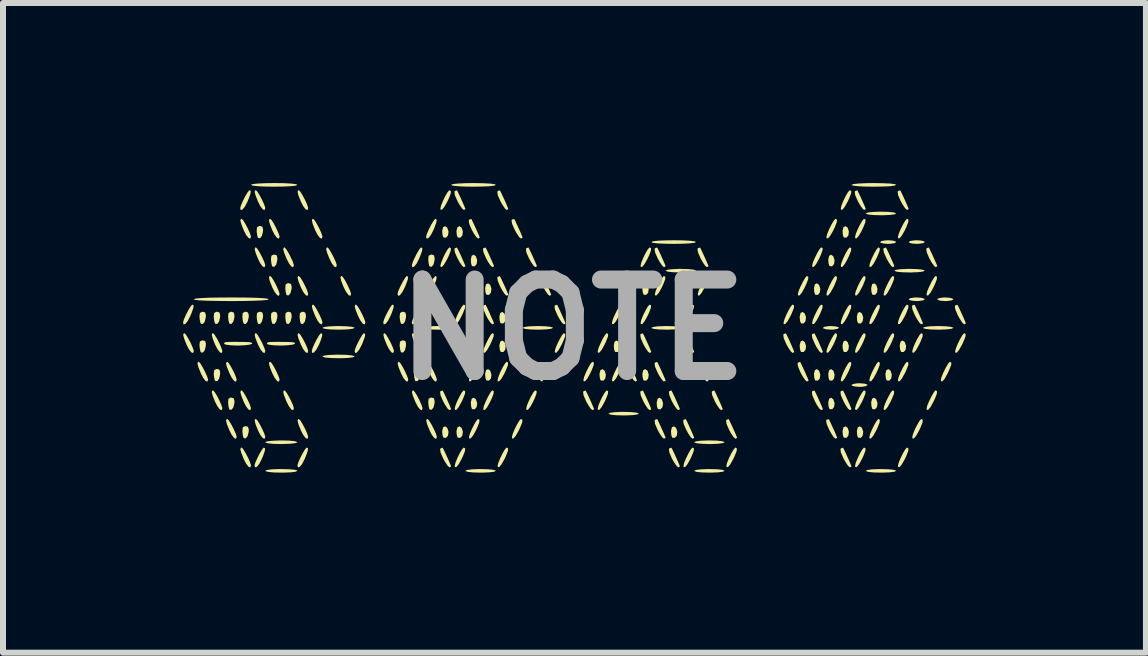
<source format=kicad_pcb>
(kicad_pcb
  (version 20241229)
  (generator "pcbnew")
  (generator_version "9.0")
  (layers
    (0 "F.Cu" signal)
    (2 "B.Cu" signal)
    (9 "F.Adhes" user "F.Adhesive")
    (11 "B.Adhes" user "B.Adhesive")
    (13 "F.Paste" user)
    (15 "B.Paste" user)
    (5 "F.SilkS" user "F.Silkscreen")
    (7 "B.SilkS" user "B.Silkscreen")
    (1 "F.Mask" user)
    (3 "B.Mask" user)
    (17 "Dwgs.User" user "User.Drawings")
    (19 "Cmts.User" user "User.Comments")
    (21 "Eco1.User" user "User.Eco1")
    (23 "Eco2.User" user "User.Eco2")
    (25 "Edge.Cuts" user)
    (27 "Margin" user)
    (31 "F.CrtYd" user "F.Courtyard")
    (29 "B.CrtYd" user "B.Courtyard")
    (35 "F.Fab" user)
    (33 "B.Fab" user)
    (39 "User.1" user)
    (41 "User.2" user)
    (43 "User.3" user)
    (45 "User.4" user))
  (footprint "NOTE"
    (layer "F.Cu")
    (at 6.491 2.442)
    (property "Reference" "NOTE" (at 0 0 0) (layer "F.Fab") (effects (font (size 1.524 1.524) (thickness 0.3))))
    (attr board_only exclude_from_pos_files exclude_from_bom)
    (fp_poly (pts (xy -2.089 -1.698) (xy -2.068 -1.633) (xy -2.077 -1.569) (xy -2.109 -1.532) (xy -2.149 -1.535) (xy -2.156 -1.541) (xy -2.169 -1.58) (xy -2.174 -1.645) (xy -2.159 -1.707) (xy -2.125 -1.724)) (stroke (width 0) (type solid)) (fill yes) (layer "F.SilkS"))
    (fp_poly (pts (xy -2.089 1.637) (xy -2.068 1.702) (xy -2.077 1.766) (xy -2.109 1.803) (xy -2.149 1.8) (xy -2.156 1.795) (xy -2.169 1.755) (xy -2.174 1.69) (xy -2.159 1.628) (xy -2.125 1.611)) (stroke (width 0) (type solid)) (fill yes) (layer "F.SilkS"))
    (fp_poly (pts (xy -1.85 -1.698) (xy -1.829 -1.633) (xy -1.838 -1.569) (xy -1.871 -1.532) (xy -1.911 -1.535) (xy -1.918 -1.541) (xy -1.931 -1.58) (xy -1.936 -1.645) (xy -1.92 -1.707) (xy -1.886 -1.724)) (stroke (width 0) (type solid)) (fill yes) (layer "F.SilkS"))
    (fp_poly (pts (xy -1.85 1.637) (xy -1.829 1.702) (xy -1.838 1.766) (xy -1.871 1.803) (xy -1.911 1.8) (xy -1.918 1.795) (xy -1.931 1.755) (xy -1.936 1.69) (xy -1.92 1.628) (xy -1.886 1.611)) (stroke (width 0) (type solid)) (fill yes) (layer "F.SilkS"))
    (fp_poly (pts (xy -1.612 -1.221) (xy -1.591 -1.156) (xy -1.6 -1.093) (xy -1.632 -1.055) (xy -1.673 -1.058) (xy -1.68 -1.064) (xy -1.692 -1.104) (xy -1.697 -1.168) (xy -1.682 -1.231) (xy -1.648 -1.248)) (stroke (width 0) (type solid)) (fill yes) (layer "F.SilkS"))
    (fp_poly (pts (xy -1.612 1.161) (xy -1.591 1.226) (xy -1.6 1.289) (xy -1.632 1.327) (xy -1.673 1.324) (xy -1.68 1.318) (xy -1.692 1.278) (xy -1.697 1.214) (xy -1.682 1.151) (xy -1.648 1.134)) (stroke (width 0) (type solid)) (fill yes) (layer "F.SilkS"))
    (fp_poly (pts (xy -1.374 -0.745) (xy -1.353 -0.68) (xy -1.362 -0.617) (xy -1.394 -0.579) (xy -1.435 -0.582) (xy -1.441 -0.588) (xy -1.454 -0.628) (xy -1.459 -0.692) (xy -1.444 -0.755) (xy -1.41 -0.772)) (stroke (width 0) (type solid)) (fill yes) (layer "F.SilkS"))
    (fp_poly (pts (xy -1.374 0.684) (xy -1.353 0.75) (xy -1.362 0.813) (xy -1.394 0.85) (xy -1.435 0.847) (xy -1.441 0.842) (xy -1.454 0.802) (xy -1.459 0.737) (xy -1.444 0.675) (xy -1.41 0.658)) (stroke (width 0) (type solid)) (fill yes) (layer "F.SilkS"))
    (fp_poly (pts (xy -1.136 -0.268) (xy -1.115 -0.203) (xy -1.124 -0.14) (xy -1.156 -0.102) (xy -1.196 -0.106) (xy -1.203 -0.111) (xy -1.216 -0.151) (xy -1.221 -0.216) (xy -1.206 -0.278) (xy -1.172 -0.295)) (stroke (width 0) (type solid)) (fill yes) (layer "F.SilkS"))
    (fp_poly (pts (xy -1.136 0.208) (xy -1.115 0.273) (xy -1.124 0.336) (xy -1.156 0.374) (xy -1.196 0.371) (xy -1.203 0.365) (xy -1.216 0.325) (xy -1.221 0.261) (xy -1.206 0.198) (xy -1.172 0.181)) (stroke (width 0) (type solid)) (fill yes) (layer "F.SilkS"))
    (fp_poly (pts (xy 0.532 0.684) (xy 0.553 0.75) (xy 0.544 0.813) (xy 0.512 0.85) (xy 0.471 0.847) (xy 0.464 0.842) (xy 0.452 0.802) (xy 0.447 0.737) (xy 0.462 0.675) (xy 0.496 0.658)) (stroke (width 0) (type solid)) (fill yes) (layer "F.SilkS"))
    (fp_poly (pts (xy 0.77 0.208) (xy 0.791 0.273) (xy 0.782 0.336) (xy 0.75 0.374) (xy 0.709 0.371) (xy 0.703 0.365) (xy 0.69 0.325) (xy 0.685 0.261) (xy 0.7 0.198) (xy 0.734 0.181)) (stroke (width 0) (type solid)) (fill yes) (layer "F.SilkS"))
    (fp_poly (pts (xy 1.008 -0.268) (xy 1.029 -0.203) (xy 1.02 -0.14) (xy 0.988 -0.102) (xy 0.948 -0.106) (xy 0.941 -0.111) (xy 0.928 -0.151) (xy 0.923 -0.216) (xy 0.938 -0.278) (xy 0.972 -0.295)) (stroke (width 0) (type solid)) (fill yes) (layer "F.SilkS"))
    (fp_poly (pts (xy 1.008 0.208) (xy 1.029 0.273) (xy 1.02 0.336) (xy 0.988 0.374) (xy 0.948 0.371) (xy 0.941 0.365) (xy 0.928 0.325) (xy 0.923 0.261) (xy 0.938 0.198) (xy 0.972 0.181)) (stroke (width 0) (type solid)) (fill yes) (layer "F.SilkS"))
    (fp_poly (pts (xy 1.247 -0.745) (xy 1.267 -0.68) (xy 1.258 -0.617) (xy 1.226 -0.579) (xy 1.186 -0.582) (xy 1.179 -0.588) (xy 1.166 -0.628) (xy 1.161 -0.692) (xy 1.176 -0.755) (xy 1.21 -0.772)) (stroke (width 0) (type solid)) (fill yes) (layer "F.SilkS"))
    (fp_poly (pts (xy 1.247 0.684) (xy 1.267 0.75) (xy 1.258 0.813) (xy 1.226 0.85) (xy 1.186 0.847) (xy 1.179 0.842) (xy 1.166 0.802) (xy 1.161 0.737) (xy 1.176 0.675) (xy 1.21 0.658)) (stroke (width 0) (type solid)) (fill yes) (layer "F.SilkS"))
    (fp_poly (pts (xy 1.485 1.161) (xy 1.506 1.226) (xy 1.497 1.289) (xy 1.464 1.327) (xy 1.424 1.324) (xy 1.417 1.318) (xy 1.404 1.278) (xy 1.4 1.214) (xy 1.415 1.151) (xy 1.449 1.134)) (stroke (width 0) (type solid)) (fill yes) (layer "F.SilkS"))
    (fp_poly (pts (xy 1.723 1.637) (xy 1.744 1.702) (xy 1.735 1.766) (xy 1.703 1.803) (xy 1.662 1.8) (xy 1.656 1.795) (xy 1.643 1.755) (xy 1.638 1.69) (xy 1.653 1.628) (xy 1.687 1.611)) (stroke (width 0) (type solid)) (fill yes) (layer "F.SilkS"))
    (fp_poly (pts (xy 3.867 -0.268) (xy 3.888 -0.203) (xy 3.879 -0.14) (xy 3.847 -0.102) (xy 3.806 -0.106) (xy 3.8 -0.111) (xy 3.787 -0.151) (xy 3.782 -0.216) (xy 3.797 -0.278) (xy 3.831 -0.295)) (stroke (width 0) (type solid)) (fill yes) (layer "F.SilkS"))
    (fp_poly (pts (xy 3.867 0.208) (xy 3.888 0.273) (xy 3.879 0.336) (xy 3.847 0.374) (xy 3.806 0.371) (xy 3.8 0.365) (xy 3.787 0.325) (xy 3.782 0.261) (xy 3.797 0.198) (xy 3.831 0.181)) (stroke (width 0) (type solid)) (fill yes) (layer "F.SilkS"))
    (fp_poly (pts (xy 4.105 -0.745) (xy 4.126 -0.68) (xy 4.117 -0.617) (xy 4.085 -0.579) (xy 4.044 -0.582) (xy 4.038 -0.588) (xy 4.025 -0.628) (xy 4.02 -0.692) (xy 4.035 -0.755) (xy 4.069 -0.772)) (stroke (width 0) (type solid)) (fill yes) (layer "F.SilkS"))
    (fp_poly (pts (xy 4.105 0.684) (xy 4.126 0.75) (xy 4.117 0.813) (xy 4.085 0.85) (xy 4.044 0.847) (xy 4.038 0.842) (xy 4.025 0.802) (xy 4.02 0.737) (xy 4.035 0.675) (xy 4.069 0.658)) (stroke (width 0) (type solid)) (fill yes) (layer "F.SilkS"))
    (fp_poly (pts (xy 4.343 -1.221) (xy 4.364 -1.156) (xy 4.355 -1.093) (xy 4.323 -1.055) (xy 4.283 -1.058) (xy 4.276 -1.064) (xy 4.263 -1.104) (xy 4.258 -1.168) (xy 4.273 -1.231) (xy 4.307 -1.248)) (stroke (width 0) (type solid)) (fill yes) (layer "F.SilkS"))
    (fp_poly (pts (xy 4.343 0.684) (xy 4.364 0.75) (xy 4.355 0.813) (xy 4.323 0.85) (xy 4.283 0.847) (xy 4.276 0.842) (xy 4.263 0.802) (xy 4.258 0.737) (xy 4.273 0.675) (xy 4.307 0.658)) (stroke (width 0) (type solid)) (fill yes) (layer "F.SilkS"))
    (fp_poly (pts (xy 4.343 1.161) (xy 4.364 1.226) (xy 4.355 1.289) (xy 4.323 1.327) (xy 4.283 1.324) (xy 4.276 1.318) (xy 4.263 1.278) (xy 4.258 1.214) (xy 4.273 1.151) (xy 4.307 1.134)) (stroke (width 0) (type solid)) (fill yes) (layer "F.SilkS"))
    (fp_poly (pts (xy 4.582 -1.698) (xy 4.602 -1.633) (xy 4.593 -1.569) (xy 4.561 -1.532) (xy 4.521 -1.535) (xy 4.514 -1.541) (xy 4.501 -1.58) (xy 4.496 -1.645) (xy 4.511 -1.707) (xy 4.546 -1.724)) (stroke (width 0) (type solid)) (fill yes) (layer "F.SilkS"))
    (fp_poly (pts (xy 4.582 0.208) (xy 4.602 0.273) (xy 4.593 0.336) (xy 4.561 0.374) (xy 4.521 0.371) (xy 4.514 0.365) (xy 4.501 0.325) (xy 4.496 0.261) (xy 4.511 0.198) (xy 4.546 0.181)) (stroke (width 0) (type solid)) (fill yes) (layer "F.SilkS"))
    (fp_poly (pts (xy 4.582 1.637) (xy 4.602 1.702) (xy 4.593 1.766) (xy 4.561 1.803) (xy 4.521 1.8) (xy 4.514 1.795) (xy 4.501 1.755) (xy 4.496 1.69) (xy 4.511 1.628) (xy 4.546 1.611)) (stroke (width 0) (type solid)) (fill yes) (layer "F.SilkS"))
    (fp_poly (pts (xy 4.82 -0.268) (xy 4.841 -0.203) (xy 4.832 -0.14) (xy 4.8 -0.102) (xy 4.759 -0.106) (xy 4.752 -0.111) (xy 4.739 -0.151) (xy 4.735 -0.216) (xy 4.75 -0.278) (xy 4.784 -0.295)) (stroke (width 0) (type solid)) (fill yes) (layer "F.SilkS"))
    (fp_poly (pts (xy 4.82 1.637) (xy 4.841 1.702) (xy 4.832 1.766) (xy 4.8 1.803) (xy 4.759 1.8) (xy 4.752 1.795) (xy 4.739 1.755) (xy 4.735 1.69) (xy 4.75 1.628) (xy 4.784 1.611)) (stroke (width 0) (type solid)) (fill yes) (layer "F.SilkS"))
    (fp_poly (pts (xy 5.058 -0.745) (xy 5.079 -0.68) (xy 5.07 -0.617) (xy 5.038 -0.579) (xy 4.997 -0.582) (xy 4.991 -0.588) (xy 4.978 -0.628) (xy 4.973 -0.692) (xy 4.988 -0.755) (xy 5.022 -0.772)) (stroke (width 0) (type solid)) (fill yes) (layer "F.SilkS"))
    (fp_poly (pts (xy 5.058 1.161) (xy 5.079 1.226) (xy 5.07 1.289) (xy 5.038 1.327) (xy 4.997 1.324) (xy 4.991 1.318) (xy 4.978 1.278) (xy 4.973 1.214) (xy 4.988 1.151) (xy 5.022 1.134)) (stroke (width 0) (type solid)) (fill yes) (layer "F.SilkS"))
    (fp_poly (pts (xy 5.296 0.684) (xy 5.317 0.75) (xy 5.308 0.813) (xy 5.276 0.85) (xy 5.235 0.847) (xy 5.229 0.842) (xy 5.216 0.802) (xy 5.211 0.737) (xy 5.226 0.675) (xy 5.26 0.658)) (stroke (width 0) (type solid)) (fill yes) (layer "F.SilkS"))
    (fp_poly (pts (xy 5.534 0.208) (xy 5.555 0.273) (xy 5.546 0.336) (xy 5.514 0.374) (xy 5.474 0.371) (xy 5.467 0.365) (xy 5.454 0.325) (xy 5.449 0.261) (xy 5.464 0.198) (xy 5.498 0.181)) (stroke (width 0) (type solid)) (fill yes) (layer "F.SilkS"))
    (fp_poly (pts (xy -6.123 -0.286) (xy -6.111 -0.242) (xy -6.113 -0.203) (xy -6.129 -0.135) (xy -6.159 -0.095) (xy -6.191 -0.097) (xy -6.201 -0.11) (xy -6.211 -0.155) (xy -6.218 -0.216) (xy -6.211 -0.277) (xy -6.175 -0.297) (xy -6.164 -0.298)) (stroke (width 0) (type solid)) (fill yes) (layer "F.SilkS"))
    (fp_poly (pts (xy -6.123 0.19) (xy -6.111 0.235) (xy -6.113 0.273) (xy -6.129 0.342) (xy -6.159 0.381) (xy -6.191 0.38) (xy -6.201 0.366) (xy -6.211 0.321) (xy -6.218 0.261) (xy -6.211 0.199) (xy -6.175 0.179) (xy -6.164 0.179)) (stroke (width 0) (type solid)) (fill yes) (layer "F.SilkS"))
    (fp_poly (pts (xy -5.885 -0.286) (xy -5.873 -0.242) (xy -5.875 -0.203) (xy -5.891 -0.135) (xy -5.921 -0.095) (xy -5.953 -0.097) (xy -5.962 -0.11) (xy -5.973 -0.155) (xy -5.98 -0.216) (xy -5.973 -0.277) (xy -5.937 -0.297) (xy -5.926 -0.298)) (stroke (width 0) (type solid)) (fill yes) (layer "F.SilkS"))
    (fp_poly (pts (xy -5.885 0.666) (xy -5.873 0.711) (xy -5.875 0.75) (xy -5.891 0.818) (xy -5.921 0.858) (xy -5.953 0.856) (xy -5.962 0.843) (xy -5.973 0.798) (xy -5.98 0.737) (xy -5.973 0.676) (xy -5.937 0.656) (xy -5.926 0.655)) (stroke (width 0) (type solid)) (fill yes) (layer "F.SilkS"))
    (fp_poly (pts (xy -5.647 -0.286) (xy -5.635 -0.242) (xy -5.636 -0.203) (xy -5.653 -0.135) (xy -5.683 -0.095) (xy -5.714 -0.097) (xy -5.724 -0.11) (xy -5.735 -0.155) (xy -5.741 -0.216) (xy -5.735 -0.277) (xy -5.699 -0.297) (xy -5.687 -0.298)) (stroke (width 0) (type solid)) (fill yes) (layer "F.SilkS"))
    (fp_poly (pts (xy -5.647 1.143) (xy -5.635 1.188) (xy -5.636 1.226) (xy -5.653 1.295) (xy -5.683 1.334) (xy -5.714 1.333) (xy -5.724 1.319) (xy -5.735 1.274) (xy -5.741 1.213) (xy -5.735 1.152) (xy -5.699 1.132) (xy -5.687 1.132)) (stroke (width 0) (type solid)) (fill yes) (layer "F.SilkS"))
    (fp_poly (pts (xy -5.409 -0.286) (xy -5.396 -0.242) (xy -5.398 -0.203) (xy -5.415 -0.135) (xy -5.445 -0.095) (xy -5.476 -0.097) (xy -5.486 -0.11) (xy -5.497 -0.155) (xy -5.503 -0.216) (xy -5.497 -0.277) (xy -5.46 -0.297) (xy -5.449 -0.298)) (stroke (width 0) (type solid)) (fill yes) (layer "F.SilkS"))
    (fp_poly (pts (xy -5.409 1.619) (xy -5.396 1.664) (xy -5.398 1.702) (xy -5.415 1.771) (xy -5.445 1.811) (xy -5.476 1.809) (xy -5.486 1.796) (xy -5.497 1.75) (xy -5.503 1.69) (xy -5.497 1.629) (xy -5.46 1.608) (xy -5.449 1.608)) (stroke (width 0) (type solid)) (fill yes) (layer "F.SilkS"))
    (fp_poly (pts (xy -5.17 -1.716) (xy -5.158 -1.671) (xy -5.16 -1.633) (xy -5.177 -1.564) (xy -5.206 -1.524) (xy -5.238 -1.526) (xy -5.248 -1.539) (xy -5.258 -1.585) (xy -5.265 -1.645) (xy -5.259 -1.706) (xy -5.222 -1.727) (xy -5.211 -1.727)) (stroke (width 0) (type solid)) (fill yes) (layer "F.SilkS"))
    (fp_poly (pts (xy -5.17 -0.286) (xy -5.158 -0.242) (xy -5.16 -0.203) (xy -5.177 -0.135) (xy -5.206 -0.095) (xy -5.238 -0.097) (xy -5.248 -0.11) (xy -5.258 -0.155) (xy -5.265 -0.216) (xy -5.259 -0.277) (xy -5.222 -0.297) (xy -5.211 -0.298)) (stroke (width 0) (type solid)) (fill yes) (layer "F.SilkS"))
    (fp_poly (pts (xy -4.932 -1.239) (xy -4.92 -1.195) (xy -4.922 -1.156) (xy -4.938 -1.087) (xy -4.968 -1.048) (xy -5 -1.05) (xy -5.009 -1.063) (xy -5.02 -1.108) (xy -5.027 -1.169) (xy -5.02 -1.23) (xy -4.984 -1.25) (xy -4.973 -1.251)) (stroke (width 0) (type solid)) (fill yes) (layer "F.SilkS"))
    (fp_poly (pts (xy -4.932 -0.286) (xy -4.92 -0.242) (xy -4.922 -0.203) (xy -4.938 -0.135) (xy -4.968 -0.095) (xy -5 -0.097) (xy -5.009 -0.11) (xy -5.02 -0.155) (xy -5.027 -0.216) (xy -5.02 -0.277) (xy -4.984 -0.297) (xy -4.973 -0.298)) (stroke (width 0) (type solid)) (fill yes) (layer "F.SilkS"))
    (fp_poly (pts (xy -4.694 -0.763) (xy -4.682 -0.718) (xy -4.683 -0.68) (xy -4.7 -0.611) (xy -4.73 -0.571) (xy -4.762 -0.573) (xy -4.771 -0.587) (xy -4.782 -0.632) (xy -4.788 -0.692) (xy -4.782 -0.754) (xy -4.746 -0.774) (xy -4.735 -0.774)) (stroke (width 0) (type solid)) (fill yes) (layer "F.SilkS"))
    (fp_poly (pts (xy -4.694 -0.286) (xy -4.682 -0.242) (xy -4.683 -0.203) (xy -4.7 -0.135) (xy -4.73 -0.095) (xy -4.762 -0.097) (xy -4.771 -0.11) (xy -4.782 -0.155) (xy -4.788 -0.216) (xy -4.782 -0.277) (xy -4.746 -0.297) (xy -4.735 -0.298)) (stroke (width 0) (type solid)) (fill yes) (layer "F.SilkS"))
    (fp_poly (pts (xy -4.456 -0.286) (xy -4.444 -0.242) (xy -4.445 -0.203) (xy -4.462 -0.135) (xy -4.492 -0.095) (xy -4.523 -0.097) (xy -4.533 -0.11) (xy -4.544 -0.155) (xy -4.55 -0.216) (xy -4.544 -0.277) (xy -4.508 -0.297) (xy -4.496 -0.298)) (stroke (width 0) (type solid)) (fill yes) (layer "F.SilkS"))
    (fp_poly (pts (xy -2.788 -0.286) (xy -2.776 -0.242) (xy -2.778 -0.203) (xy -2.794 -0.135) (xy -2.824 -0.095) (xy -2.856 -0.097) (xy -2.865 -0.11) (xy -2.876 -0.155) (xy -2.883 -0.216) (xy -2.876 -0.277) (xy -2.84 -0.297) (xy -2.829 -0.298)) (stroke (width 0) (type solid)) (fill yes) (layer "F.SilkS"))
    (fp_poly (pts (xy -2.788 0.19) (xy -2.776 0.235) (xy -2.778 0.273) (xy -2.794 0.342) (xy -2.824 0.381) (xy -2.856 0.38) (xy -2.865 0.366) (xy -2.876 0.321) (xy -2.883 0.261) (xy -2.876 0.199) (xy -2.84 0.179) (xy -2.829 0.179)) (stroke (width 0) (type solid)) (fill yes) (layer "F.SilkS"))
    (fp_poly (pts (xy -2.55 -0.763) (xy -2.538 -0.718) (xy -2.539 -0.68) (xy -2.556 -0.611) (xy -2.586 -0.571) (xy -2.618 -0.573) (xy -2.627 -0.587) (xy -2.638 -0.632) (xy -2.645 -0.692) (xy -2.638 -0.754) (xy -2.602 -0.774) (xy -2.591 -0.774)) (stroke (width 0) (type solid)) (fill yes) (layer "F.SilkS"))
    (fp_poly (pts (xy -2.55 0.666) (xy -2.538 0.711) (xy -2.539 0.75) (xy -2.556 0.818) (xy -2.586 0.858) (xy -2.618 0.856) (xy -2.627 0.843) (xy -2.638 0.798) (xy -2.645 0.737) (xy -2.638 0.676) (xy -2.602 0.656) (xy -2.591 0.655)) (stroke (width 0) (type solid)) (fill yes) (layer "F.SilkS"))
    (fp_poly (pts (xy -2.312 -1.239) (xy -2.3 -1.195) (xy -2.301 -1.156) (xy -2.318 -1.087) (xy -2.348 -1.048) (xy -2.379 -1.05) (xy -2.389 -1.063) (xy -2.4 -1.108) (xy -2.406 -1.169) (xy -2.4 -1.23) (xy -2.364 -1.25) (xy -2.352 -1.251)) (stroke (width 0) (type solid)) (fill yes) (layer "F.SilkS"))
    (fp_poly (pts (xy -2.312 1.143) (xy -2.3 1.188) (xy -2.301 1.226) (xy -2.318 1.295) (xy -2.348 1.334) (xy -2.379 1.333) (xy -2.389 1.319) (xy -2.4 1.274) (xy -2.406 1.213) (xy -2.4 1.152) (xy -2.364 1.132) (xy -2.352 1.132)) (stroke (width 0) (type solid)) (fill yes) (layer "F.SilkS"))
    (fp_poly (pts (xy 4.383 -0.054) (xy 4.431 -0.039) (xy 4.437 -0.03) (xy 4.41 -0.012) (xy 4.343 -0.001) (xy 4.303 0) (xy 4.223 -0.006) (xy 4.175 -0.021) (xy 4.169 -0.03) (xy 4.195 -0.048) (xy 4.263 -0.058) (xy 4.303 -0.06)) (stroke (width 0) (type solid)) (fill yes) (layer "F.SilkS"))
    (fp_poly (pts (xy 4.859 0.899) (xy 4.907 0.914) (xy 4.913 0.923) (xy 4.887 0.941) (xy 4.819 0.952) (xy 4.779 0.953) (xy 4.699 0.947) (xy 4.651 0.932) (xy 4.645 0.923) (xy 4.672 0.905) (xy 4.739 0.895) (xy 4.779 0.893)) (stroke (width 0) (type solid)) (fill yes) (layer "F.SilkS"))
    (fp_poly (pts (xy 5.336 -1.483) (xy 5.384 -1.468) (xy 5.39 -1.459) (xy 5.363 -1.441) (xy 5.296 -1.431) (xy 5.256 -1.429) (xy 5.176 -1.435) (xy 5.128 -1.45) (xy 5.122 -1.459) (xy 5.148 -1.477) (xy 5.216 -1.487) (xy 5.256 -1.489)) (stroke (width 0) (type solid)) (fill yes) (layer "F.SilkS"))
    (fp_poly (pts (xy 5.812 -1.483) (xy 5.86 -1.468) (xy 5.866 -1.459) (xy 5.84 -1.441) (xy 5.772 -1.431) (xy 5.732 -1.429) (xy 5.652 -1.435) (xy 5.604 -1.45) (xy 5.598 -1.459) (xy 5.625 -1.477) (xy 5.692 -1.487) (xy 5.732 -1.489)) (stroke (width 0) (type solid)) (fill yes) (layer "F.SilkS"))
    (fp_poly (pts (xy 5.812 -0.53) (xy 5.86 -0.515) (xy 5.866 -0.506) (xy 5.84 -0.488) (xy 5.772 -0.478) (xy 5.732 -0.476) (xy 5.652 -0.482) (xy 5.604 -0.497) (xy 5.598 -0.506) (xy 5.625 -0.524) (xy 5.692 -0.535) (xy 5.732 -0.536)) (stroke (width 0) (type solid)) (fill yes) (layer "F.SilkS"))
    (fp_poly (pts (xy 6.288 -0.53) (xy 6.336 -0.515) (xy 6.343 -0.506) (xy 6.316 -0.488) (xy 6.249 -0.478) (xy 6.209 -0.476) (xy 6.129 -0.482) (xy 6.081 -0.497) (xy 6.075 -0.506) (xy 6.101 -0.524) (xy 6.169 -0.535) (xy 6.209 -0.536)) (stroke (width 0) (type solid)) (fill yes) (layer "F.SilkS"))
    (fp_poly (pts (xy -6.443 0.084) (xy -6.406 0.144) (xy -6.365 0.221) (xy -6.331 0.297) (xy -6.313 0.351) (xy -6.313 0.358) (xy -6.325 0.391) (xy -6.355 0.377) (xy -6.395 0.325) (xy -6.433 0.251) (xy -6.474 0.147) (xy -6.489 0.087) (xy -6.48 0.062) (xy -6.468 0.06)) (stroke (width 0) (type solid)) (fill yes) (layer "F.SilkS"))
    (fp_poly (pts (xy -6.316 -0.405) (xy -6.32 -0.362) (xy -6.348 -0.281) (xy -6.371 -0.226) (xy -6.413 -0.145) (xy -6.453 -0.096) (xy -6.481 -0.087) (xy -6.491 -0.118) (xy -6.479 -0.165) (xy -6.448 -0.238) (xy -6.408 -0.316) (xy -6.368 -0.382) (xy -6.34 -0.416) (xy -6.337 -0.417)) (stroke (width 0) (type solid)) (fill yes) (layer "F.SilkS"))
    (fp_poly (pts (xy -6.205 0.56) (xy -6.168 0.621) (xy -6.127 0.698) (xy -6.093 0.773) (xy -6.075 0.827) (xy -6.075 0.835) (xy -6.086 0.867) (xy -6.117 0.854) (xy -6.157 0.802) (xy -6.195 0.727) (xy -6.236 0.624) (xy -6.251 0.564) (xy -6.242 0.539) (xy -6.229 0.536)) (stroke (width 0) (type solid)) (fill yes) (layer "F.SilkS"))
    (fp_poly (pts (xy -5.967 0.084) (xy -5.929 0.144) (xy -5.889 0.221) (xy -5.855 0.297) (xy -5.837 0.351) (xy -5.836 0.358) (xy -5.848 0.391) (xy -5.878 0.377) (xy -5.918 0.325) (xy -5.957 0.251) (xy -5.998 0.147) (xy -6.013 0.087) (xy -6.004 0.062) (xy -5.991 0.06)) (stroke (width 0) (type solid)) (fill yes) (layer "F.SilkS"))
    (fp_poly (pts (xy -5.967 1.037) (xy -5.929 1.097) (xy -5.889 1.174) (xy -5.855 1.25) (xy -5.837 1.304) (xy -5.836 1.311) (xy -5.848 1.343) (xy -5.878 1.33) (xy -5.918 1.278) (xy -5.957 1.204) (xy -5.998 1.1) (xy -6.013 1.04) (xy -6.004 1.015) (xy -5.991 1.012)) (stroke (width 0) (type solid)) (fill yes) (layer "F.SilkS"))
    (fp_poly (pts (xy -5.729 0.56) (xy -5.691 0.621) (xy -5.65 0.698) (xy -5.616 0.773) (xy -5.599 0.827) (xy -5.598 0.835) (xy -5.61 0.867) (xy -5.64 0.854) (xy -5.68 0.802) (xy -5.718 0.727) (xy -5.76 0.624) (xy -5.775 0.564) (xy -5.765 0.539) (xy -5.753 0.536)) (stroke (width 0) (type solid)) (fill yes) (layer "F.SilkS"))
    (fp_poly (pts (xy -5.729 1.513) (xy -5.691 1.573) (xy -5.65 1.651) (xy -5.616 1.726) (xy -5.599 1.78) (xy -5.598 1.787) (xy -5.61 1.82) (xy -5.64 1.806) (xy -5.68 1.755) (xy -5.718 1.68) (xy -5.76 1.577) (xy -5.775 1.517) (xy -5.765 1.491) (xy -5.753 1.489)) (stroke (width 0) (type solid)) (fill yes) (layer "F.SilkS"))
    (fp_poly (pts (xy -5.49 -1.822) (xy -5.453 -1.762) (xy -5.412 -1.684) (xy -5.378 -1.609) (xy -5.361 -1.555) (xy -5.36 -1.548) (xy -5.372 -1.515) (xy -5.402 -1.529) (xy -5.442 -1.58) (xy -5.48 -1.655) (xy -5.521 -1.759) (xy -5.537 -1.818) (xy -5.527 -1.844) (xy -5.515 -1.846)) (stroke (width 0) (type solid)) (fill yes) (layer "F.SilkS"))
    (fp_poly (pts (xy -5.49 1.037) (xy -5.453 1.097) (xy -5.412 1.174) (xy -5.378 1.25) (xy -5.361 1.304) (xy -5.36 1.311) (xy -5.372 1.343) (xy -5.402 1.33) (xy -5.442 1.278) (xy -5.48 1.204) (xy -5.521 1.1) (xy -5.537 1.04) (xy -5.527 1.015) (xy -5.515 1.012)) (stroke (width 0) (type solid)) (fill yes) (layer "F.SilkS"))
    (fp_poly (pts (xy -5.49 1.99) (xy -5.453 2.05) (xy -5.412 2.127) (xy -5.378 2.202) (xy -5.361 2.257) (xy -5.36 2.264) (xy -5.372 2.296) (xy -5.402 2.283) (xy -5.442 2.231) (xy -5.48 2.156) (xy -5.521 2.053) (xy -5.537 1.993) (xy -5.527 1.968) (xy -5.515 1.965)) (stroke (width 0) (type solid)) (fill yes) (layer "F.SilkS"))
    (fp_poly (pts (xy -5.363 -2.311) (xy -5.367 -2.268) (xy -5.396 -2.186) (xy -5.418 -2.132) (xy -5.46 -2.051) (xy -5.5 -2.002) (xy -5.529 -1.992) (xy -5.539 -2.024) (xy -5.526 -2.071) (xy -5.495 -2.143) (xy -5.455 -2.222) (xy -5.416 -2.287) (xy -5.388 -2.321) (xy -5.384 -2.323)) (stroke (width 0) (type solid)) (fill yes) (layer "F.SilkS"))
    (fp_poly (pts (xy -5.252 -2.298) (xy -5.215 -2.238) (xy -5.174 -2.161) (xy -5.14 -2.086) (xy -5.122 -2.031) (xy -5.122 -2.024) (xy -5.134 -1.992) (xy -5.164 -2.005) (xy -5.204 -2.057) (xy -5.242 -2.132) (xy -5.283 -2.235) (xy -5.298 -2.295) (xy -5.289 -2.32) (xy -5.277 -2.323)) (stroke (width 0) (type solid)) (fill yes) (layer "F.SilkS"))
    (fp_poly (pts (xy -5.252 -1.345) (xy -5.215 -1.285) (xy -5.174 -1.208) (xy -5.14 -1.133) (xy -5.122 -1.078) (xy -5.122 -1.071) (xy -5.134 -1.039) (xy -5.164 -1.052) (xy -5.204 -1.104) (xy -5.242 -1.179) (xy -5.283 -1.282) (xy -5.298 -1.342) (xy -5.289 -1.367) (xy -5.277 -1.37)) (stroke (width 0) (type solid)) (fill yes) (layer "F.SilkS"))
    (fp_poly (pts (xy -5.252 0.084) (xy -5.215 0.144) (xy -5.174 0.221) (xy -5.14 0.297) (xy -5.122 0.351) (xy -5.122 0.358) (xy -5.134 0.391) (xy -5.164 0.377) (xy -5.204 0.325) (xy -5.242 0.251) (xy -5.283 0.147) (xy -5.298 0.087) (xy -5.289 0.062) (xy -5.277 0.06)) (stroke (width 0) (type solid)) (fill yes) (layer "F.SilkS"))
    (fp_poly (pts (xy -5.252 1.513) (xy -5.215 1.573) (xy -5.174 1.651) (xy -5.14 1.726) (xy -5.122 1.78) (xy -5.122 1.787) (xy -5.134 1.82) (xy -5.164 1.806) (xy -5.204 1.755) (xy -5.242 1.68) (xy -5.283 1.577) (xy -5.298 1.517) (xy -5.289 1.491) (xy -5.277 1.489)) (stroke (width 0) (type solid)) (fill yes) (layer "F.SilkS"))
    (fp_poly (pts (xy -5.125 1.977) (xy -5.129 2.02) (xy -5.157 2.102) (xy -5.18 2.156) (xy -5.222 2.237) (xy -5.262 2.286) (xy -5.29 2.295) (xy -5.3 2.264) (xy -5.288 2.217) (xy -5.256 2.145) (xy -5.216 2.066) (xy -5.177 2) (xy -5.149 1.967) (xy -5.146 1.965)) (stroke (width 0) (type solid)) (fill yes) (layer "F.SilkS"))
    (fp_poly (pts (xy -5.014 -1.822) (xy -4.976 -1.762) (xy -4.936 -1.684) (xy -4.902 -1.609) (xy -4.884 -1.555) (xy -4.883 -1.548) (xy -4.895 -1.515) (xy -4.925 -1.529) (xy -4.965 -1.58) (xy -5.004 -1.655) (xy -5.045 -1.759) (xy -5.06 -1.818) (xy -5.051 -1.844) (xy -5.038 -1.846)) (stroke (width 0) (type solid)) (fill yes) (layer "F.SilkS"))
    (fp_poly (pts (xy -5.014 -0.869) (xy -4.976 -0.809) (xy -4.936 -0.731) (xy -4.902 -0.656) (xy -4.884 -0.602) (xy -4.883 -0.595) (xy -4.895 -0.562) (xy -4.925 -0.576) (xy -4.965 -0.628) (xy -5.004 -0.702) (xy -5.045 -0.806) (xy -5.06 -0.866) (xy -5.051 -0.891) (xy -5.038 -0.893)) (stroke (width 0) (type solid)) (fill yes) (layer "F.SilkS"))
    (fp_poly (pts (xy -5.014 0.56) (xy -4.976 0.621) (xy -4.936 0.698) (xy -4.902 0.773) (xy -4.884 0.827) (xy -4.883 0.835) (xy -4.895 0.867) (xy -4.925 0.854) (xy -4.965 0.802) (xy -5.004 0.727) (xy -5.045 0.624) (xy -5.06 0.564) (xy -5.051 0.539) (xy -5.038 0.536)) (stroke (width 0) (type solid)) (fill yes) (layer "F.SilkS"))
    (fp_poly (pts (xy -4.776 -1.345) (xy -4.738 -1.285) (xy -4.698 -1.208) (xy -4.663 -1.133) (xy -4.646 -1.078) (xy -4.645 -1.071) (xy -4.657 -1.039) (xy -4.687 -1.052) (xy -4.727 -1.104) (xy -4.765 -1.179) (xy -4.807 -1.282) (xy -4.822 -1.342) (xy -4.813 -1.367) (xy -4.8 -1.37)) (stroke (width 0) (type solid)) (fill yes) (layer "F.SilkS"))
    (fp_poly (pts (xy -4.776 1.037) (xy -4.738 1.097) (xy -4.698 1.174) (xy -4.663 1.25) (xy -4.646 1.304) (xy -4.645 1.311) (xy -4.657 1.343) (xy -4.687 1.33) (xy -4.727 1.278) (xy -4.765 1.204) (xy -4.807 1.1) (xy -4.822 1.04) (xy -4.813 1.015) (xy -4.8 1.012)) (stroke (width 0) (type solid)) (fill yes) (layer "F.SilkS"))
    (fp_poly (pts (xy -4.537 -2.298) (xy -4.5 -2.238) (xy -4.459 -2.161) (xy -4.425 -2.086) (xy -4.408 -2.031) (xy -4.407 -2.024) (xy -4.419 -1.992) (xy -4.449 -2.005) (xy -4.489 -2.057) (xy -4.527 -2.132) (xy -4.569 -2.235) (xy -4.584 -2.295) (xy -4.574 -2.32) (xy -4.562 -2.323)) (stroke (width 0) (type solid)) (fill yes) (layer "F.SilkS"))
    (fp_poly (pts (xy -4.537 -0.869) (xy -4.5 -0.809) (xy -4.459 -0.731) (xy -4.425 -0.656) (xy -4.408 -0.602) (xy -4.407 -0.595) (xy -4.419 -0.562) (xy -4.449 -0.576) (xy -4.489 -0.628) (xy -4.527 -0.702) (xy -4.569 -0.806) (xy -4.584 -0.866) (xy -4.574 -0.891) (xy -4.562 -0.893)) (stroke (width 0) (type solid)) (fill yes) (layer "F.SilkS"))
    (fp_poly (pts (xy -4.537 0.084) (xy -4.5 0.144) (xy -4.459 0.221) (xy -4.425 0.297) (xy -4.408 0.351) (xy -4.407 0.358) (xy -4.419 0.391) (xy -4.449 0.377) (xy -4.489 0.325) (xy -4.527 0.251) (xy -4.569 0.147) (xy -4.584 0.087) (xy -4.574 0.062) (xy -4.562 0.06)) (stroke (width 0) (type solid)) (fill yes) (layer "F.SilkS"))
    (fp_poly (pts (xy -4.537 1.513) (xy -4.5 1.573) (xy -4.459 1.651) (xy -4.425 1.726) (xy -4.408 1.78) (xy -4.407 1.787) (xy -4.419 1.82) (xy -4.449 1.806) (xy -4.489 1.755) (xy -4.527 1.68) (xy -4.569 1.577) (xy -4.584 1.517) (xy -4.574 1.491) (xy -4.562 1.489)) (stroke (width 0) (type solid)) (fill yes) (layer "F.SilkS"))
    (fp_poly (pts (xy -4.41 1.977) (xy -4.414 2.02) (xy -4.443 2.102) (xy -4.466 2.156) (xy -4.507 2.237) (xy -4.547 2.286) (xy -4.576 2.295) (xy -4.586 2.264) (xy -4.573 2.217) (xy -4.542 2.145) (xy -4.502 2.066) (xy -4.463 2) (xy -4.435 1.967) (xy -4.431 1.965)) (stroke (width 0) (type solid)) (fill yes) (layer "F.SilkS"))
    (fp_poly (pts (xy -4.299 -1.822) (xy -4.262 -1.762) (xy -4.221 -1.684) (xy -4.187 -1.609) (xy -4.169 -1.555) (xy -4.169 -1.548) (xy -4.181 -1.515) (xy -4.211 -1.529) (xy -4.251 -1.58) (xy -4.289 -1.655) (xy -4.33 -1.759) (xy -4.345 -1.818) (xy -4.336 -1.844) (xy -4.324 -1.846)) (stroke (width 0) (type solid)) (fill yes) (layer "F.SilkS"))
    (fp_poly (pts (xy -4.299 -0.393) (xy -4.262 -0.332) (xy -4.221 -0.255) (xy -4.187 -0.18) (xy -4.169 -0.126) (xy -4.169 -0.118) (xy -4.181 -0.086) (xy -4.211 -0.099) (xy -4.251 -0.151) (xy -4.289 -0.226) (xy -4.33 -0.329) (xy -4.345 -0.389) (xy -4.336 -0.414) (xy -4.324 -0.417)) (stroke (width 0) (type solid)) (fill yes) (layer "F.SilkS"))
    (fp_poly (pts (xy -4.172 0.072) (xy -4.176 0.114) (xy -4.204 0.196) (xy -4.227 0.251) (xy -4.269 0.331) (xy -4.309 0.38) (xy -4.337 0.39) (xy -4.347 0.358) (xy -4.335 0.311) (xy -4.304 0.239) (xy -4.264 0.16) (xy -4.225 0.095) (xy -4.196 0.061) (xy -4.193 0.06)) (stroke (width 0) (type solid)) (fill yes) (layer "F.SilkS"))
    (fp_poly (pts (xy -4.061 -1.345) (xy -4.024 -1.285) (xy -3.983 -1.208) (xy -3.949 -1.133) (xy -3.931 -1.078) (xy -3.931 -1.071) (xy -3.942 -1.039) (xy -3.973 -1.052) (xy -4.013 -1.104) (xy -4.051 -1.179) (xy -4.092 -1.282) (xy -4.107 -1.342) (xy -4.098 -1.367) (xy -4.085 -1.37)) (stroke (width 0) (type solid)) (fill yes) (layer "F.SilkS"))
    (fp_poly (pts (xy -3.823 -0.869) (xy -3.785 -0.809) (xy -3.745 -0.731) (xy -3.711 -0.656) (xy -3.693 -0.602) (xy -3.692 -0.595) (xy -3.704 -0.562) (xy -3.734 -0.576) (xy -3.774 -0.628) (xy -3.813 -0.702) (xy -3.854 -0.806) (xy -3.869 -0.866) (xy -3.86 -0.891) (xy -3.847 -0.893)) (stroke (width 0) (type solid)) (fill yes) (layer "F.SilkS"))
    (fp_poly (pts (xy -3.585 -0.393) (xy -3.547 -0.332) (xy -3.506 -0.255) (xy -3.472 -0.18) (xy -3.455 -0.126) (xy -3.454 -0.118) (xy -3.466 -0.086) (xy -3.496 -0.099) (xy -3.536 -0.151) (xy -3.574 -0.226) (xy -3.616 -0.329) (xy -3.631 -0.389) (xy -3.621 -0.414) (xy -3.609 -0.417)) (stroke (width 0) (type solid)) (fill yes) (layer "F.SilkS"))
    (fp_poly (pts (xy -3.458 0.072) (xy -3.461 0.114) (xy -3.49 0.196) (xy -3.513 0.251) (xy -3.555 0.331) (xy -3.594 0.38) (xy -3.623 0.39) (xy -3.633 0.358) (xy -3.62 0.311) (xy -3.589 0.239) (xy -3.549 0.16) (xy -3.51 0.095) (xy -3.482 0.061) (xy -3.478 0.06)) (stroke (width 0) (type solid)) (fill yes) (layer "F.SilkS"))
    (fp_poly (pts (xy -3.108 0.084) (xy -3.071 0.144) (xy -3.03 0.221) (xy -2.996 0.297) (xy -2.978 0.351) (xy -2.978 0.358) (xy -2.99 0.391) (xy -3.02 0.377) (xy -3.06 0.325) (xy -3.098 0.251) (xy -3.139 0.147) (xy -3.154 0.087) (xy -3.145 0.062) (xy -3.133 0.06)) (stroke (width 0) (type solid)) (fill yes) (layer "F.SilkS"))
    (fp_poly (pts (xy -2.981 -0.405) (xy -2.985 -0.362) (xy -3.013 -0.281) (xy -3.036 -0.226) (xy -3.078 -0.145) (xy -3.118 -0.096) (xy -3.146 -0.087) (xy -3.156 -0.118) (xy -3.144 -0.165) (xy -3.113 -0.238) (xy -3.072 -0.316) (xy -3.033 -0.382) (xy -3.005 -0.416) (xy -3.002 -0.417)) (stroke (width 0) (type solid)) (fill yes) (layer "F.SilkS"))
    (fp_poly (pts (xy -2.87 0.56) (xy -2.832 0.621) (xy -2.792 0.698) (xy -2.758 0.773) (xy -2.74 0.827) (xy -2.74 0.835) (xy -2.751 0.867) (xy -2.781 0.854) (xy -2.822 0.802) (xy -2.86 0.727) (xy -2.901 0.624) (xy -2.916 0.564) (xy -2.907 0.539) (xy -2.894 0.536)) (stroke (width 0) (type solid)) (fill yes) (layer "F.SilkS"))
    (fp_poly (pts (xy -2.743 -0.881) (xy -2.746 -0.839) (xy -2.775 -0.757) (xy -2.798 -0.702) (xy -2.84 -0.622) (xy -2.879 -0.573) (xy -2.908 -0.563) (xy -2.918 -0.595) (xy -2.906 -0.642) (xy -2.874 -0.714) (xy -2.834 -0.792) (xy -2.795 -0.858) (xy -2.767 -0.892) (xy -2.763 -0.893)) (stroke (width 0) (type solid)) (fill yes) (layer "F.SilkS"))
    (fp_poly (pts (xy -2.632 0.084) (xy -2.594 0.144) (xy -2.554 0.221) (xy -2.52 0.297) (xy -2.502 0.351) (xy -2.501 0.358) (xy -2.513 0.391) (xy -2.543 0.377) (xy -2.583 0.325) (xy -2.621 0.251) (xy -2.663 0.147) (xy -2.678 0.087) (xy -2.669 0.062) (xy -2.656 0.06)) (stroke (width 0) (type solid)) (fill yes) (layer "F.SilkS"))
    (fp_poly (pts (xy -2.632 1.037) (xy -2.594 1.097) (xy -2.554 1.174) (xy -2.52 1.25) (xy -2.502 1.304) (xy -2.501 1.311) (xy -2.513 1.343) (xy -2.543 1.33) (xy -2.583 1.278) (xy -2.621 1.204) (xy -2.663 1.1) (xy -2.678 1.04) (xy -2.669 1.015) (xy -2.656 1.012)) (stroke (width 0) (type solid)) (fill yes) (layer "F.SilkS"))
    (fp_poly (pts (xy -2.505 -1.358) (xy -2.508 -1.315) (xy -2.537 -1.233) (xy -2.56 -1.179) (xy -2.602 -1.098) (xy -2.641 -1.049) (xy -2.67 -1.04) (xy -2.68 -1.071) (xy -2.667 -1.118) (xy -2.636 -1.19) (xy -2.596 -1.269) (xy -2.557 -1.335) (xy -2.529 -1.368) (xy -2.525 -1.37)) (stroke (width 0) (type solid)) (fill yes) (layer "F.SilkS"))
    (fp_poly (pts (xy -2.505 -0.405) (xy -2.508 -0.362) (xy -2.537 -0.281) (xy -2.56 -0.226) (xy -2.602 -0.145) (xy -2.641 -0.096) (xy -2.67 -0.087) (xy -2.68 -0.118) (xy -2.667 -0.165) (xy -2.636 -0.238) (xy -2.596 -0.316) (xy -2.557 -0.382) (xy -2.529 -0.416) (xy -2.525 -0.417)) (stroke (width 0) (type solid)) (fill yes) (layer "F.SilkS"))
    (fp_poly (pts (xy -2.394 0.56) (xy -2.356 0.621) (xy -2.315 0.698) (xy -2.281 0.773) (xy -2.264 0.827) (xy -2.263 0.835) (xy -2.275 0.867) (xy -2.305 0.854) (xy -2.345 0.802) (xy -2.383 0.727) (xy -2.425 0.624) (xy -2.44 0.564) (xy -2.43 0.539) (xy -2.418 0.536)) (stroke (width 0) (type solid)) (fill yes) (layer "F.SilkS"))
    (fp_poly (pts (xy -2.394 1.513) (xy -2.356 1.573) (xy -2.315 1.651) (xy -2.281 1.726) (xy -2.264 1.78) (xy -2.263 1.787) (xy -2.275 1.82) (xy -2.305 1.806) (xy -2.345 1.755) (xy -2.383 1.68) (xy -2.425 1.577) (xy -2.44 1.517) (xy -2.43 1.491) (xy -2.418 1.489)) (stroke (width 0) (type solid)) (fill yes) (layer "F.SilkS"))
    (fp_poly (pts (xy -2.267 -1.834) (xy -2.27 -1.792) (xy -2.299 -1.71) (xy -2.322 -1.655) (xy -2.363 -1.575) (xy -2.403 -1.526) (xy -2.432 -1.516) (xy -2.442 -1.548) (xy -2.429 -1.595) (xy -2.398 -1.667) (xy -2.358 -1.745) (xy -2.319 -1.811) (xy -2.291 -1.845) (xy -2.287 -1.846)) (stroke (width 0) (type solid)) (fill yes) (layer "F.SilkS"))
    (fp_poly (pts (xy -2.267 -0.881) (xy -2.27 -0.839) (xy -2.299 -0.757) (xy -2.322 -0.702) (xy -2.363 -0.622) (xy -2.403 -0.573) (xy -2.432 -0.563) (xy -2.442 -0.595) (xy -2.429 -0.642) (xy -2.398 -0.714) (xy -2.358 -0.792) (xy -2.319 -0.858) (xy -2.291 -0.892) (xy -2.287 -0.893)) (stroke (width 0) (type solid)) (fill yes) (layer "F.SilkS"))
    (fp_poly (pts (xy -2.029 -2.31) (xy -2.032 -2.267) (xy -2.064 -2.185) (xy -2.09 -2.13) (xy -2.138 -2.045) (xy -2.176 -1.999) (xy -2.199 -1.998) (xy -2.204 -2.021) (xy -2.191 -2.071) (xy -2.161 -2.145) (xy -2.122 -2.225) (xy -2.084 -2.29) (xy -2.056 -2.322) (xy -2.053 -2.323)) (stroke (width 0) (type solid)) (fill yes) (layer "F.SilkS"))
    (fp_poly (pts (xy -2.029 -1.357) (xy -2.032 -1.314) (xy -2.064 -1.232) (xy -2.09 -1.177) (xy -2.138 -1.092) (xy -2.176 -1.046) (xy -2.199 -1.045) (xy -2.204 -1.068) (xy -2.191 -1.118) (xy -2.161 -1.192) (xy -2.122 -1.272) (xy -2.084 -1.337) (xy -2.056 -1.369) (xy -2.053 -1.37)) (stroke (width 0) (type solid)) (fill yes) (layer "F.SilkS"))
    (fp_poly (pts (xy -1.791 -0.404) (xy -1.794 -0.361) (xy -1.826 -0.279) (xy -1.852 -0.224) (xy -1.899 -0.139) (xy -1.938 -0.093) (xy -1.961 -0.092) (xy -1.965 -0.115) (xy -1.953 -0.165) (xy -1.923 -0.24) (xy -1.884 -0.319) (xy -1.846 -0.384) (xy -1.818 -0.416) (xy -1.815 -0.417)) (stroke (width 0) (type solid)) (fill yes) (layer "F.SilkS"))
    (fp_poly (pts (xy -1.791 1.025) (xy -1.794 1.068) (xy -1.826 1.15) (xy -1.852 1.205) (xy -1.899 1.29) (xy -1.938 1.336) (xy -1.961 1.337) (xy -1.965 1.314) (xy -1.953 1.264) (xy -1.923 1.19) (xy -1.884 1.111) (xy -1.846 1.045) (xy -1.818 1.013) (xy -1.815 1.012)) (stroke (width 0) (type solid)) (fill yes) (layer "F.SilkS"))
    (fp_poly (pts (xy -1.791 1.978) (xy -1.794 2.021) (xy -1.826 2.103) (xy -1.852 2.158) (xy -1.899 2.243) (xy -1.938 2.289) (xy -1.961 2.29) (xy -1.965 2.267) (xy -1.953 2.217) (xy -1.923 2.143) (xy -1.884 2.063) (xy -1.846 1.998) (xy -1.818 1.966) (xy -1.815 1.965)) (stroke (width 0) (type solid)) (fill yes) (layer "F.SilkS"))
    (fp_poly (pts (xy -1.553 0.549) (xy -1.556 0.592) (xy -1.588 0.673) (xy -1.614 0.729) (xy -1.661 0.814) (xy -1.7 0.86) (xy -1.723 0.861) (xy -1.727 0.838) (xy -1.715 0.788) (xy -1.684 0.713) (xy -1.645 0.634) (xy -1.607 0.569) (xy -1.58 0.537) (xy -1.577 0.536)) (stroke (width 0) (type solid)) (fill yes) (layer "F.SilkS"))
    (fp_poly (pts (xy -1.553 1.501) (xy -1.556 1.545) (xy -1.588 1.626) (xy -1.614 1.682) (xy -1.661 1.766) (xy -1.7 1.812) (xy -1.723 1.814) (xy -1.727 1.79) (xy -1.715 1.74) (xy -1.684 1.666) (xy -1.645 1.587) (xy -1.607 1.522) (xy -1.58 1.49) (xy -1.577 1.489)) (stroke (width 0) (type solid)) (fill yes) (layer "F.SilkS"))
    (fp_poly (pts (xy -1.314 0.072) (xy -1.318 0.115) (xy -1.35 0.197) (xy -1.376 0.252) (xy -1.423 0.337) (xy -1.461 0.383) (xy -1.485 0.384) (xy -1.489 0.361) (xy -1.477 0.311) (xy -1.446 0.237) (xy -1.407 0.158) (xy -1.369 0.092) (xy -1.342 0.06) (xy -1.339 0.06)) (stroke (width 0) (type solid)) (fill yes) (layer "F.SilkS"))
    (fp_poly (pts (xy -1.314 1.025) (xy -1.318 1.068) (xy -1.35 1.15) (xy -1.376 1.205) (xy -1.423 1.29) (xy -1.461 1.336) (xy -1.485 1.337) (xy -1.489 1.314) (xy -1.477 1.264) (xy -1.446 1.19) (xy -1.407 1.111) (xy -1.369 1.045) (xy -1.342 1.013) (xy -1.339 1.012)) (stroke (width 0) (type solid)) (fill yes) (layer "F.SilkS"))
    (fp_poly (pts (xy -1.076 0.549) (xy -1.079 0.592) (xy -1.111 0.673) (xy -1.137 0.729) (xy -1.185 0.814) (xy -1.223 0.86) (xy -1.246 0.861) (xy -1.251 0.838) (xy -1.238 0.788) (xy -1.208 0.713) (xy -1.169 0.634) (xy -1.131 0.569) (xy -1.103 0.537) (xy -1.1 0.536)) (stroke (width 0) (type solid)) (fill yes) (layer "F.SilkS"))
    (fp_poly (pts (xy -1.076 1.978) (xy -1.079 2.021) (xy -1.111 2.103) (xy -1.137 2.158) (xy -1.185 2.243) (xy -1.223 2.289) (xy -1.246 2.29) (xy -1.251 2.267) (xy -1.238 2.217) (xy -1.208 2.143) (xy -1.169 2.063) (xy -1.131 1.998) (xy -1.103 1.966) (xy -1.1 1.965)) (stroke (width 0) (type solid)) (fill yes) (layer "F.SilkS"))
    (fp_poly (pts (xy -0.838 0.072) (xy -0.841 0.115) (xy -0.873 0.197) (xy -0.899 0.252) (xy -0.947 0.337) (xy -0.985 0.383) (xy -1.008 0.384) (xy -1.012 0.361) (xy -1 0.311) (xy -0.97 0.237) (xy -0.931 0.158) (xy -0.893 0.092) (xy -0.865 0.06) (xy -0.862 0.06)) (stroke (width 0) (type solid)) (fill yes) (layer "F.SilkS"))
    (fp_poly (pts (xy -0.838 1.501) (xy -0.841 1.545) (xy -0.873 1.626) (xy -0.899 1.682) (xy -0.947 1.766) (xy -0.985 1.812) (xy -1.008 1.814) (xy -1.012 1.79) (xy -1 1.74) (xy -0.97 1.666) (xy -0.931 1.587) (xy -0.893 1.522) (xy -0.865 1.49) (xy -0.862 1.489)) (stroke (width 0) (type solid)) (fill yes) (layer "F.SilkS"))
    (fp_poly (pts (xy -0.6 1.025) (xy -0.603 1.068) (xy -0.635 1.15) (xy -0.661 1.205) (xy -0.708 1.29) (xy -0.747 1.336) (xy -0.77 1.337) (xy -0.774 1.314) (xy -0.762 1.264) (xy -0.732 1.19) (xy -0.693 1.111) (xy -0.655 1.045) (xy -0.627 1.013) (xy -0.624 1.012)) (stroke (width 0) (type solid)) (fill yes) (layer "F.SilkS"))
    (fp_poly (pts (xy -0.362 0.549) (xy -0.365 0.592) (xy -0.397 0.673) (xy -0.423 0.729) (xy -0.47 0.814) (xy -0.508 0.86) (xy -0.532 0.861) (xy -0.536 0.838) (xy -0.524 0.788) (xy -0.493 0.713) (xy -0.454 0.634) (xy -0.416 0.569) (xy -0.389 0.537) (xy -0.386 0.536)) (stroke (width 0) (type solid)) (fill yes) (layer "F.SilkS"))
    (fp_poly (pts (xy -0.123 0.072) (xy -0.126 0.115) (xy -0.159 0.197) (xy -0.185 0.252) (xy -0.232 0.337) (xy -0.27 0.383) (xy -0.294 0.384) (xy -0.298 0.361) (xy -0.286 0.311) (xy -0.255 0.237) (xy -0.216 0.158) (xy -0.178 0.092) (xy -0.15 0.06) (xy -0.147 0.06)) (stroke (width 0) (type solid)) (fill yes) (layer "F.SilkS"))
    (fp_poly (pts (xy 0.353 0.549) (xy 0.35 0.592) (xy 0.318 0.673) (xy 0.292 0.729) (xy 0.245 0.814) (xy 0.206 0.86) (xy 0.183 0.861) (xy 0.179 0.838) (xy 0.191 0.788) (xy 0.221 0.713) (xy 0.26 0.634) (xy 0.298 0.569) (xy 0.326 0.537) (xy 0.329 0.536)) (stroke (width 0) (type solid)) (fill yes) (layer "F.SilkS"))
    (fp_poly (pts (xy 0.591 0.072) (xy 0.588 0.115) (xy 0.556 0.197) (xy 0.53 0.252) (xy 0.483 0.337) (xy 0.444 0.383) (xy 0.421 0.384) (xy 0.417 0.361) (xy 0.429 0.311) (xy 0.46 0.237) (xy 0.498 0.158) (xy 0.537 0.092) (xy 0.564 0.06) (xy 0.567 0.06)) (stroke (width 0) (type solid)) (fill yes) (layer "F.SilkS"))
    (fp_poly (pts (xy 0.591 1.025) (xy 0.588 1.068) (xy 0.556 1.15) (xy 0.53 1.205) (xy 0.483 1.29) (xy 0.444 1.336) (xy 0.421 1.337) (xy 0.417 1.314) (xy 0.429 1.264) (xy 0.46 1.19) (xy 0.498 1.111) (xy 0.537 1.045) (xy 0.564 1.013) (xy 0.567 1.012)) (stroke (width 0) (type solid)) (fill yes) (layer "F.SilkS"))
    (fp_poly (pts (xy 0.83 -0.404) (xy 0.826 -0.361) (xy 0.794 -0.279) (xy 0.768 -0.224) (xy 0.721 -0.139) (xy 0.683 -0.093) (xy 0.659 -0.092) (xy 0.655 -0.115) (xy 0.667 -0.165) (xy 0.698 -0.24) (xy 0.737 -0.319) (xy 0.775 -0.384) (xy 0.802 -0.416) (xy 0.805 -0.417)) (stroke (width 0) (type solid)) (fill yes) (layer "F.SilkS"))
    (fp_poly (pts (xy 0.83 0.549) (xy 0.826 0.592) (xy 0.794 0.673) (xy 0.768 0.729) (xy 0.721 0.814) (xy 0.683 0.86) (xy 0.659 0.861) (xy 0.655 0.838) (xy 0.667 0.788) (xy 0.698 0.713) (xy 0.737 0.634) (xy 0.775 0.569) (xy 0.802 0.537) (xy 0.805 0.536)) (stroke (width 0) (type solid)) (fill yes) (layer "F.SilkS"))
    (fp_poly (pts (xy 1.068 -0.881) (xy 1.065 -0.838) (xy 1.033 -0.756) (xy 1.006 -0.701) (xy 0.959 -0.616) (xy 0.921 -0.57) (xy 0.898 -0.569) (xy 0.893 -0.592) (xy 0.906 -0.642) (xy 0.936 -0.716) (xy 0.975 -0.795) (xy 1.013 -0.86) (xy 1.041 -0.893) (xy 1.044 -0.893)) (stroke (width 0) (type solid)) (fill yes) (layer "F.SilkS"))
    (fp_poly (pts (xy 1.306 -1.357) (xy 1.303 -1.314) (xy 1.271 -1.232) (xy 1.245 -1.177) (xy 1.197 -1.092) (xy 1.159 -1.046) (xy 1.136 -1.045) (xy 1.132 -1.068) (xy 1.144 -1.118) (xy 1.174 -1.192) (xy 1.213 -1.272) (xy 1.251 -1.337) (xy 1.279 -1.369) (xy 1.282 -1.37)) (stroke (width 0) (type solid)) (fill yes) (layer "F.SilkS"))
    (fp_poly (pts (xy 1.306 -0.404) (xy 1.303 -0.361) (xy 1.271 -0.279) (xy 1.245 -0.224) (xy 1.197 -0.139) (xy 1.159 -0.093) (xy 1.136 -0.092) (xy 1.132 -0.115) (xy 1.144 -0.165) (xy 1.174 -0.24) (xy 1.213 -0.319) (xy 1.251 -0.384) (xy 1.279 -0.416) (xy 1.282 -0.417)) (stroke (width 0) (type solid)) (fill yes) (layer "F.SilkS"))
    (fp_poly (pts (xy 1.544 -0.881) (xy 1.541 -0.838) (xy 1.509 -0.756) (xy 1.483 -0.701) (xy 1.436 -0.616) (xy 1.397 -0.57) (xy 1.374 -0.569) (xy 1.37 -0.592) (xy 1.382 -0.642) (xy 1.412 -0.716) (xy 1.451 -0.795) (xy 1.489 -0.86) (xy 1.517 -0.893) (xy 1.52 -0.893)) (stroke (width 0) (type solid)) (fill yes) (layer "F.SilkS"))
    (fp_poly (pts (xy 2.021 -0.404) (xy 2.017 -0.361) (xy 1.985 -0.279) (xy 1.959 -0.224) (xy 1.912 -0.139) (xy 1.874 -0.093) (xy 1.85 -0.092) (xy 1.846 -0.115) (xy 1.858 -0.165) (xy 1.889 -0.24) (xy 1.928 -0.319) (xy 1.966 -0.384) (xy 1.994 -0.416) (xy 1.996 -0.417)) (stroke (width 0) (type solid)) (fill yes) (layer "F.SilkS"))
    (fp_poly (pts (xy 2.021 1.978) (xy 2.017 2.021) (xy 1.985 2.103) (xy 1.959 2.158) (xy 1.912 2.243) (xy 1.874 2.289) (xy 1.85 2.29) (xy 1.846 2.267) (xy 1.858 2.217) (xy 1.889 2.143) (xy 1.928 2.063) (xy 1.966 1.998) (xy 1.994 1.966) (xy 1.996 1.965)) (stroke (width 0) (type solid)) (fill yes) (layer "F.SilkS"))
    (fp_poly (pts (xy 2.259 -0.881) (xy 2.256 -0.838) (xy 2.224 -0.756) (xy 2.198 -0.701) (xy 2.15 -0.616) (xy 2.112 -0.57) (xy 2.089 -0.569) (xy 2.084 -0.592) (xy 2.097 -0.642) (xy 2.127 -0.716) (xy 2.166 -0.795) (xy 2.204 -0.86) (xy 2.232 -0.893) (xy 2.235 -0.893)) (stroke (width 0) (type solid)) (fill yes) (layer "F.SilkS"))
    (fp_poly (pts (xy 2.735 1.978) (xy 2.732 2.021) (xy 2.7 2.103) (xy 2.674 2.158) (xy 2.627 2.243) (xy 2.588 2.289) (xy 2.565 2.29) (xy 2.561 2.267) (xy 2.573 2.217) (xy 2.603 2.143) (xy 2.642 2.063) (xy 2.681 1.998) (xy 2.708 1.966) (xy 2.711 1.965)) (stroke (width 0) (type solid)) (fill yes) (layer "F.SilkS"))
    (fp_poly (pts (xy 3.688 -0.404) (xy 3.685 -0.361) (xy 3.653 -0.279) (xy 3.627 -0.224) (xy 3.58 -0.139) (xy 3.541 -0.093) (xy 3.518 -0.092) (xy 3.514 -0.115) (xy 3.526 -0.165) (xy 3.556 -0.24) (xy 3.595 -0.319) (xy 3.633 -0.384) (xy 3.661 -0.416) (xy 3.664 -0.417)) (stroke (width 0) (type solid)) (fill yes) (layer "F.SilkS"))
    (fp_poly (pts (xy 3.926 -0.881) (xy 3.923 -0.838) (xy 3.891 -0.756) (xy 3.865 -0.701) (xy 3.818 -0.616) (xy 3.779 -0.57) (xy 3.756 -0.569) (xy 3.752 -0.592) (xy 3.764 -0.642) (xy 3.795 -0.716) (xy 3.834 -0.795) (xy 3.872 -0.86) (xy 3.899 -0.893) (xy 3.902 -0.893)) (stroke (width 0) (type solid)) (fill yes) (layer "F.SilkS"))
    (fp_poly (pts (xy 4.165 -1.357) (xy 4.161 -1.314) (xy 4.129 -1.232) (xy 4.103 -1.177) (xy 4.056 -1.092) (xy 4.018 -1.046) (xy 3.994 -1.045) (xy 3.99 -1.068) (xy 4.002 -1.118) (xy 4.033 -1.192) (xy 4.072 -1.272) (xy 4.11 -1.337) (xy 4.137 -1.369) (xy 4.14 -1.37)) (stroke (width 0) (type solid)) (fill yes) (layer "F.SilkS"))
    (fp_poly (pts (xy 4.165 -0.404) (xy 4.161 -0.361) (xy 4.129 -0.279) (xy 4.103 -0.224) (xy 4.056 -0.139) (xy 4.018 -0.093) (xy 3.994 -0.092) (xy 3.99 -0.115) (xy 4.002 -0.165) (xy 4.033 -0.24) (xy 4.072 -0.319) (xy 4.11 -0.384) (xy 4.137 -0.416) (xy 4.14 -0.417)) (stroke (width 0) (type solid)) (fill yes) (layer "F.SilkS"))
    (fp_poly (pts (xy 4.403 -1.834) (xy 4.4 -1.791) (xy 4.368 -1.709) (xy 4.342 -1.653) (xy 4.294 -1.569) (xy 4.256 -1.523) (xy 4.233 -1.521) (xy 4.228 -1.545) (xy 4.241 -1.595) (xy 4.271 -1.669) (xy 4.31 -1.748) (xy 4.348 -1.813) (xy 4.376 -1.845) (xy 4.379 -1.846)) (stroke (width 0) (type solid)) (fill yes) (layer "F.SilkS"))
    (fp_poly (pts (xy 4.403 -0.881) (xy 4.4 -0.838) (xy 4.368 -0.756) (xy 4.342 -0.701) (xy 4.294 -0.616) (xy 4.256 -0.57) (xy 4.233 -0.569) (xy 4.228 -0.592) (xy 4.241 -0.642) (xy 4.271 -0.716) (xy 4.31 -0.795) (xy 4.348 -0.86) (xy 4.376 -0.893) (xy 4.379 -0.893)) (stroke (width 0) (type solid)) (fill yes) (layer "F.SilkS"))
    (fp_poly (pts (xy 4.403 0.072) (xy 4.4 0.115) (xy 4.368 0.197) (xy 4.342 0.252) (xy 4.294 0.337) (xy 4.256 0.383) (xy 4.233 0.384) (xy 4.228 0.361) (xy 4.241 0.311) (xy 4.271 0.237) (xy 4.31 0.158) (xy 4.348 0.092) (xy 4.376 0.06) (xy 4.379 0.06)) (stroke (width 0) (type solid)) (fill yes) (layer "F.SilkS"))
    (fp_poly (pts (xy 4.641 -2.31) (xy 4.638 -2.267) (xy 4.606 -2.185) (xy 4.58 -2.13) (xy 4.532 -2.045) (xy 4.494 -1.999) (xy 4.471 -1.998) (xy 4.467 -2.021) (xy 4.479 -2.071) (xy 4.509 -2.145) (xy 4.548 -2.225) (xy 4.586 -2.29) (xy 4.614 -2.322) (xy 4.617 -2.323)) (stroke (width 0) (type solid)) (fill yes) (layer "F.SilkS"))
    (fp_poly (pts (xy 4.641 -1.357) (xy 4.638 -1.314) (xy 4.606 -1.232) (xy 4.58 -1.177) (xy 4.532 -1.092) (xy 4.494 -1.046) (xy 4.471 -1.045) (xy 4.467 -1.068) (xy 4.479 -1.118) (xy 4.509 -1.192) (xy 4.548 -1.272) (xy 4.586 -1.337) (xy 4.614 -1.369) (xy 4.617 -1.37)) (stroke (width 0) (type solid)) (fill yes) (layer "F.SilkS"))
    (fp_poly (pts (xy 4.641 -0.404) (xy 4.638 -0.361) (xy 4.606 -0.279) (xy 4.58 -0.224) (xy 4.532 -0.139) (xy 4.494 -0.093) (xy 4.471 -0.092) (xy 4.467 -0.115) (xy 4.479 -0.165) (xy 4.509 -0.24) (xy 4.548 -0.319) (xy 4.586 -0.384) (xy 4.614 -0.416) (xy 4.617 -0.417)) (stroke (width 0) (type solid)) (fill yes) (layer "F.SilkS"))
    (fp_poly (pts (xy 4.641 0.549) (xy 4.638 0.592) (xy 4.606 0.673) (xy 4.58 0.729) (xy 4.532 0.814) (xy 4.494 0.86) (xy 4.471 0.861) (xy 4.467 0.838) (xy 4.479 0.788) (xy 4.509 0.713) (xy 4.548 0.634) (xy 4.586 0.569) (xy 4.614 0.537) (xy 4.617 0.536)) (stroke (width 0) (type solid)) (fill yes) (layer "F.SilkS"))
    (fp_poly (pts (xy 4.879 -1.834) (xy 4.876 -1.791) (xy 4.844 -1.709) (xy 4.818 -1.653) (xy 4.771 -1.569) (xy 4.732 -1.523) (xy 4.709 -1.521) (xy 4.705 -1.545) (xy 4.717 -1.595) (xy 4.747 -1.669) (xy 4.786 -1.748) (xy 4.824 -1.813) (xy 4.852 -1.845) (xy 4.855 -1.846)) (stroke (width 0) (type solid)) (fill yes) (layer "F.SilkS"))
    (fp_poly (pts (xy 4.879 -0.881) (xy 4.876 -0.838) (xy 4.844 -0.756) (xy 4.818 -0.701) (xy 4.771 -0.616) (xy 4.732 -0.57) (xy 4.709 -0.569) (xy 4.705 -0.592) (xy 4.717 -0.642) (xy 4.747 -0.716) (xy 4.786 -0.795) (xy 4.824 -0.86) (xy 4.852 -0.893) (xy 4.855 -0.893)) (stroke (width 0) (type solid)) (fill yes) (layer "F.SilkS"))
    (fp_poly (pts (xy 4.879 0.072) (xy 4.876 0.115) (xy 4.844 0.197) (xy 4.818 0.252) (xy 4.771 0.337) (xy 4.732 0.383) (xy 4.709 0.384) (xy 4.705 0.361) (xy 4.717 0.311) (xy 4.747 0.237) (xy 4.786 0.158) (xy 4.824 0.092) (xy 4.852 0.06) (xy 4.855 0.06)) (stroke (width 0) (type solid)) (fill yes) (layer "F.SilkS"))
    (fp_poly (pts (xy 4.879 1.025) (xy 4.876 1.068) (xy 4.844 1.15) (xy 4.818 1.205) (xy 4.771 1.29) (xy 4.732 1.336) (xy 4.709 1.337) (xy 4.705 1.314) (xy 4.717 1.264) (xy 4.747 1.19) (xy 4.786 1.111) (xy 4.824 1.045) (xy 4.852 1.013) (xy 4.855 1.012)) (stroke (width 0) (type solid)) (fill yes) (layer "F.SilkS"))
    (fp_poly (pts (xy 4.879 1.978) (xy 4.876 2.021) (xy 4.844 2.103) (xy 4.818 2.158) (xy 4.771 2.243) (xy 4.732 2.289) (xy 4.709 2.29) (xy 4.705 2.267) (xy 4.717 2.217) (xy 4.747 2.143) (xy 4.786 2.063) (xy 4.824 1.998) (xy 4.852 1.966) (xy 4.855 1.965)) (stroke (width 0) (type solid)) (fill yes) (layer "F.SilkS"))
    (fp_poly (pts (xy 5.117 -1.357) (xy 5.114 -1.314) (xy 5.082 -1.232) (xy 5.056 -1.177) (xy 5.009 -1.092) (xy 4.971 -1.046) (xy 4.947 -1.045) (xy 4.943 -1.068) (xy 4.955 -1.118) (xy 4.986 -1.192) (xy 5.025 -1.272) (xy 5.063 -1.337) (xy 5.09 -1.369) (xy 5.093 -1.37)) (stroke (width 0) (type solid)) (fill yes) (layer "F.SilkS"))
    (fp_poly (pts (xy 5.117 -0.404) (xy 5.114 -0.361) (xy 5.082 -0.279) (xy 5.056 -0.224) (xy 5.009 -0.139) (xy 4.971 -0.093) (xy 4.947 -0.092) (xy 4.943 -0.115) (xy 4.955 -0.165) (xy 4.986 -0.24) (xy 5.025 -0.319) (xy 5.063 -0.384) (xy 5.09 -0.416) (xy 5.093 -0.417)) (stroke (width 0) (type solid)) (fill yes) (layer "F.SilkS"))
    (fp_poly (pts (xy 5.117 0.549) (xy 5.114 0.592) (xy 5.082 0.673) (xy 5.056 0.729) (xy 5.009 0.814) (xy 4.971 0.86) (xy 4.947 0.861) (xy 4.943 0.838) (xy 4.955 0.788) (xy 4.986 0.713) (xy 5.025 0.634) (xy 5.063 0.569) (xy 5.09 0.537) (xy 5.093 0.536)) (stroke (width 0) (type solid)) (fill yes) (layer "F.SilkS"))
    (fp_poly (pts (xy 5.117 1.501) (xy 5.114 1.545) (xy 5.082 1.626) (xy 5.056 1.682) (xy 5.009 1.766) (xy 4.971 1.812) (xy 4.947 1.814) (xy 4.943 1.79) (xy 4.955 1.74) (xy 4.986 1.666) (xy 5.025 1.587) (xy 5.063 1.522) (xy 5.09 1.49) (xy 5.093 1.489)) (stroke (width 0) (type solid)) (fill yes) (layer "F.SilkS"))
    (fp_poly (pts (xy 5.356 -0.881) (xy 5.353 -0.838) (xy 5.32 -0.756) (xy 5.294 -0.701) (xy 5.247 -0.616) (xy 5.209 -0.57) (xy 5.185 -0.569) (xy 5.181 -0.592) (xy 5.193 -0.642) (xy 5.224 -0.716) (xy 5.263 -0.795) (xy 5.301 -0.86) (xy 5.329 -0.893) (xy 5.332 -0.893)) (stroke (width 0) (type solid)) (fill yes) (layer "F.SilkS"))
    (fp_poly (pts (xy 5.356 0.072) (xy 5.353 0.115) (xy 5.32 0.197) (xy 5.294 0.252) (xy 5.247 0.337) (xy 5.209 0.383) (xy 5.185 0.384) (xy 5.181 0.361) (xy 5.193 0.311) (xy 5.224 0.237) (xy 5.263 0.158) (xy 5.301 0.092) (xy 5.329 0.06) (xy 5.332 0.06)) (stroke (width 0) (type solid)) (fill yes) (layer "F.SilkS"))
    (fp_poly (pts (xy 5.356 1.025) (xy 5.353 1.068) (xy 5.32 1.15) (xy 5.294 1.205) (xy 5.247 1.29) (xy 5.209 1.336) (xy 5.185 1.337) (xy 5.181 1.314) (xy 5.193 1.264) (xy 5.224 1.19) (xy 5.263 1.111) (xy 5.301 1.045) (xy 5.329 1.013) (xy 5.332 1.012)) (stroke (width 0) (type solid)) (fill yes) (layer "F.SilkS"))
    (fp_poly (pts (xy 5.594 -1.834) (xy 5.591 -1.791) (xy 5.559 -1.709) (xy 5.533 -1.653) (xy 5.485 -1.569) (xy 5.447 -1.523) (xy 5.424 -1.521) (xy 5.419 -1.545) (xy 5.432 -1.595) (xy 5.462 -1.669) (xy 5.501 -1.748) (xy 5.539 -1.813) (xy 5.567 -1.845) (xy 5.57 -1.846)) (stroke (width 0) (type solid)) (fill yes) (layer "F.SilkS"))
    (fp_poly (pts (xy 5.594 -0.404) (xy 5.591 -0.361) (xy 5.559 -0.279) (xy 5.533 -0.224) (xy 5.485 -0.139) (xy 5.447 -0.093) (xy 5.424 -0.092) (xy 5.419 -0.115) (xy 5.432 -0.165) (xy 5.462 -0.24) (xy 5.501 -0.319) (xy 5.539 -0.384) (xy 5.567 -0.416) (xy 5.57 -0.417)) (stroke (width 0) (type solid)) (fill yes) (layer "F.SilkS"))
    (fp_poly (pts (xy 5.594 0.549) (xy 5.591 0.592) (xy 5.559 0.673) (xy 5.533 0.729) (xy 5.485 0.814) (xy 5.447 0.86) (xy 5.424 0.861) (xy 5.419 0.838) (xy 5.432 0.788) (xy 5.462 0.713) (xy 5.501 0.634) (xy 5.539 0.569) (xy 5.567 0.537) (xy 5.57 0.536)) (stroke (width 0) (type solid)) (fill yes) (layer "F.SilkS"))
    (fp_poly (pts (xy 5.594 1.978) (xy 5.591 2.021) (xy 5.559 2.103) (xy 5.533 2.158) (xy 5.485 2.243) (xy 5.447 2.289) (xy 5.424 2.29) (xy 5.419 2.267) (xy 5.432 2.217) (xy 5.462 2.143) (xy 5.501 2.063) (xy 5.539 1.998) (xy 5.567 1.966) (xy 5.57 1.965)) (stroke (width 0) (type solid)) (fill yes) (layer "F.SilkS"))
    (fp_poly (pts (xy 5.832 0.072) (xy 5.829 0.115) (xy 5.797 0.197) (xy 5.771 0.252) (xy 5.724 0.337) (xy 5.685 0.383) (xy 5.662 0.384) (xy 5.658 0.361) (xy 5.67 0.311) (xy 5.7 0.237) (xy 5.739 0.158) (xy 5.777 0.092) (xy 5.805 0.06) (xy 5.808 0.06)) (stroke (width 0) (type solid)) (fill yes) (layer "F.SilkS"))
    (fp_poly (pts (xy 5.832 1.501) (xy 5.829 1.545) (xy 5.797 1.626) (xy 5.771 1.682) (xy 5.724 1.766) (xy 5.685 1.812) (xy 5.662 1.814) (xy 5.658 1.79) (xy 5.67 1.74) (xy 5.7 1.666) (xy 5.739 1.587) (xy 5.777 1.522) (xy 5.805 1.49) (xy 5.808 1.489)) (stroke (width 0) (type solid)) (fill yes) (layer "F.SilkS"))
    (fp_poly (pts (xy 6.07 -0.881) (xy 6.067 -0.838) (xy 6.035 -0.756) (xy 6.009 -0.701) (xy 5.962 -0.616) (xy 5.923 -0.57) (xy 5.9 -0.569) (xy 5.896 -0.592) (xy 5.908 -0.642) (xy 5.939 -0.716) (xy 5.978 -0.795) (xy 6.016 -0.86) (xy 6.043 -0.893) (xy 6.046 -0.893)) (stroke (width 0) (type solid)) (fill yes) (layer "F.SilkS"))
    (fp_poly (pts (xy 6.07 1.025) (xy 6.067 1.068) (xy 6.035 1.15) (xy 6.009 1.205) (xy 5.962 1.29) (xy 5.923 1.336) (xy 5.9 1.337) (xy 5.896 1.314) (xy 5.908 1.264) (xy 5.939 1.19) (xy 5.978 1.111) (xy 6.016 1.045) (xy 6.043 1.013) (xy 6.046 1.012)) (stroke (width 0) (type solid)) (fill yes) (layer "F.SilkS"))
    (fp_poly (pts (xy 6.309 0.549) (xy 6.305 0.592) (xy 6.273 0.673) (xy 6.247 0.729) (xy 6.2 0.814) (xy 6.162 0.86) (xy 6.138 0.861) (xy 6.134 0.838) (xy 6.146 0.788) (xy 6.177 0.713) (xy 6.216 0.634) (xy 6.254 0.569) (xy 6.281 0.537) (xy 6.284 0.536)) (stroke (width 0) (type solid)) (fill yes) (layer "F.SilkS"))
    (fp_poly (pts (xy 6.547 0.072) (xy 6.544 0.115) (xy 6.512 0.197) (xy 6.486 0.252) (xy 6.438 0.337) (xy 6.4 0.383) (xy 6.377 0.384) (xy 6.372 0.361) (xy 6.385 0.311) (xy 6.415 0.237) (xy 6.454 0.158) (xy 6.492 0.092) (xy 6.52 0.06) (xy 6.523 0.06)) (stroke (width 0) (type solid)) (fill yes) (layer "F.SilkS"))
    (fp_poly (pts (xy -4.807 -2.44) (xy -4.684 -2.433) (xy -4.608 -2.423) (xy -4.586 -2.412) (xy -4.614 -2.399) (xy -4.696 -2.39) (xy -4.826 -2.384) (xy -4.973 -2.382) (xy -5.138 -2.384) (xy -5.262 -2.391) (xy -5.338 -2.401) (xy -5.36 -2.412) (xy -5.331 -2.425) (xy -5.249 -2.434) (xy -5.12 -2.44) (xy -4.973 -2.442)) (stroke (width 0) (type solid)) (fill yes) (layer "F.SilkS"))
    (fp_poly (pts (xy -4.725 1.849) (xy -4.634 1.858) (xy -4.589 1.871) (xy -4.586 1.876) (xy -4.614 1.89) (xy -4.692 1.9) (xy -4.809 1.905) (xy -4.854 1.906) (xy -4.982 1.903) (xy -5.074 1.894) (xy -5.119 1.881) (xy -5.122 1.876) (xy -5.094 1.862) (xy -5.016 1.852) (xy -4.898 1.847) (xy -4.854 1.846)) (stroke (width 0) (type solid)) (fill yes) (layer "F.SilkS"))
    (fp_poly (pts (xy -4.725 2.326) (xy -4.634 2.334) (xy -4.589 2.347) (xy -4.586 2.352) (xy -4.614 2.367) (xy -4.692 2.377) (xy -4.809 2.382) (xy -4.854 2.382) (xy -4.982 2.379) (xy -5.074 2.37) (xy -5.119 2.357) (xy -5.122 2.352) (xy -5.094 2.338) (xy -5.016 2.328) (xy -4.898 2.323) (xy -4.854 2.323)) (stroke (width 0) (type solid)) (fill yes) (layer "F.SilkS"))
    (fp_poly (pts (xy -3.772 -0.056) (xy -3.681 -0.048) (xy -3.636 -0.035) (xy -3.633 -0.03) (xy -3.661 -0.016) (xy -3.739 -0.005) (xy -3.856 -0.00033) (xy -3.901 0) (xy -4.029 -0.003) (xy -4.121 -0.012) (xy -4.166 -0.025) (xy -4.169 -0.03) (xy -4.141 -0.044) (xy -4.063 -0.054) (xy -3.945 -0.059) (xy -3.901 -0.06)) (stroke (width 0) (type solid)) (fill yes) (layer "F.SilkS"))
    (fp_poly (pts (xy -3.772 0.42) (xy -3.681 0.429) (xy -3.636 0.442) (xy -3.633 0.447) (xy -3.661 0.461) (xy -3.739 0.471) (xy -3.856 0.476) (xy -3.901 0.476) (xy -4.029 0.473) (xy -4.121 0.465) (xy -4.166 0.452) (xy -4.169 0.447) (xy -4.141 0.432) (xy -4.063 0.422) (xy -3.945 0.417) (xy -3.901 0.417)) (stroke (width 0) (type solid)) (fill yes) (layer "F.SilkS"))
    (fp_poly (pts (xy -2.164 1.017) (xy -2.142 1.06) (xy -2.109 1.131) (xy -2.072 1.212) (xy -2.042 1.282) (xy -2.026 1.323) (xy -2.025 1.326) (xy -2.048 1.34) (xy -2.054 1.34) (xy -2.083 1.316) (xy -2.125 1.253) (xy -2.158 1.193) (xy -2.201 1.094) (xy -2.209 1.037) (xy -2.201 1.026) (xy -2.168 1.014)) (stroke (width 0) (type solid)) (fill yes) (layer "F.SilkS"))
    (fp_poly (pts (xy -2.164 1.97) (xy -2.142 2.013) (xy -2.109 2.084) (xy -2.072 2.165) (xy -2.042 2.235) (xy -2.026 2.276) (xy -2.025 2.279) (xy -2.048 2.293) (xy -2.054 2.293) (xy -2.083 2.268) (xy -2.125 2.205) (xy -2.158 2.146) (xy -2.201 2.047) (xy -2.209 1.989) (xy -2.201 1.979) (xy -2.168 1.967)) (stroke (width 0) (type solid)) (fill yes) (layer "F.SilkS"))
    (fp_poly (pts (xy -2.125 -0.056) (xy -2.038 -0.047) (xy -1.997 -0.034) (xy -1.995 -0.03) (xy -2.023 -0.015) (xy -2.1 -0.005) (xy -2.216 -0.000203) (xy -2.248 0) (xy -2.371 -0.003) (xy -2.459 -0.012) (xy -2.5 -0.026) (xy -2.501 -0.03) (xy -2.473 -0.044) (xy -2.396 -0.055) (xy -2.281 -0.059) (xy -2.248 -0.06)) (stroke (width 0) (type solid)) (fill yes) (layer "F.SilkS"))
    (fp_poly (pts (xy -1.926 -2.318) (xy -1.904 -2.275) (xy -1.87 -2.204) (xy -1.834 -2.123) (xy -1.804 -2.053) (xy -1.787 -2.012) (xy -1.787 -2.009) (xy -1.81 -1.995) (xy -1.816 -1.995) (xy -1.844 -2.02) (xy -1.887 -2.083) (xy -1.92 -2.142) (xy -1.963 -2.241) (xy -1.97 -2.298) (xy -1.963 -2.309) (xy -1.93 -2.321)) (stroke (width 0) (type solid)) (fill yes) (layer "F.SilkS"))
    (fp_poly (pts (xy -1.926 -1.365) (xy -1.904 -1.322) (xy -1.87 -1.251) (xy -1.834 -1.17) (xy -1.804 -1.1) (xy -1.787 -1.06) (xy -1.787 -1.056) (xy -1.81 -1.043) (xy -1.816 -1.042) (xy -1.844 -1.067) (xy -1.887 -1.13) (xy -1.92 -1.19) (xy -1.963 -1.288) (xy -1.97 -1.346) (xy -1.963 -1.356) (xy -1.93 -1.368)) (stroke (width 0) (type solid)) (fill yes) (layer "F.SilkS"))
    (fp_poly (pts (xy -1.926 0.064) (xy -1.904 0.107) (xy -1.87 0.178) (xy -1.834 0.259) (xy -1.804 0.329) (xy -1.787 0.37) (xy -1.787 0.373) (xy -1.81 0.387) (xy -1.816 0.387) (xy -1.844 0.363) (xy -1.887 0.3) (xy -1.92 0.24) (xy -1.963 0.141) (xy -1.97 0.084) (xy -1.963 0.073) (xy -1.93 0.062)) (stroke (width 0) (type solid)) (fill yes) (layer "F.SilkS"))
    (fp_poly (pts (xy -1.687 -1.842) (xy -1.666 -1.799) (xy -1.632 -1.727) (xy -1.596 -1.647) (xy -1.565 -1.577) (xy -1.549 -1.536) (xy -1.548 -1.533) (xy -1.571 -1.519) (xy -1.578 -1.519) (xy -1.606 -1.543) (xy -1.649 -1.606) (xy -1.682 -1.666) (xy -1.724 -1.765) (xy -1.732 -1.822) (xy -1.725 -1.833) (xy -1.692 -1.844)) (stroke (width 0) (type solid)) (fill yes) (layer "F.SilkS"))
    (fp_poly (pts (xy -1.687 -0.889) (xy -1.666 -0.846) (xy -1.632 -0.774) (xy -1.596 -0.694) (xy -1.565 -0.624) (xy -1.549 -0.583) (xy -1.548 -0.58) (xy -1.571 -0.566) (xy -1.578 -0.566) (xy -1.606 -0.59) (xy -1.649 -0.653) (xy -1.682 -0.713) (xy -1.724 -0.812) (xy -1.732 -0.869) (xy -1.725 -0.88) (xy -1.692 -0.891)) (stroke (width 0) (type solid)) (fill yes) (layer "F.SilkS"))
    (fp_poly (pts (xy -1.491 -2.439) (xy -1.371 -2.433) (xy -1.299 -2.423) (xy -1.28 -2.412) (xy -1.309 -2.399) (xy -1.391 -2.389) (xy -1.519 -2.384) (xy -1.653 -2.382) (xy -1.814 -2.384) (xy -1.934 -2.391) (xy -2.006 -2.401) (xy -2.025 -2.412) (xy -1.996 -2.425) (xy -1.914 -2.434) (xy -1.786 -2.44) (xy -1.653 -2.442)) (stroke (width 0) (type solid)) (fill yes) (layer "F.SilkS"))
    (fp_poly (pts (xy -1.449 -1.365) (xy -1.427 -1.322) (xy -1.394 -1.251) (xy -1.358 -1.17) (xy -1.327 -1.1) (xy -1.311 -1.06) (xy -1.31 -1.056) (xy -1.333 -1.043) (xy -1.339 -1.042) (xy -1.368 -1.067) (xy -1.411 -1.13) (xy -1.443 -1.19) (xy -1.486 -1.288) (xy -1.494 -1.346) (xy -1.487 -1.356) (xy -1.453 -1.368)) (stroke (width 0) (type solid)) (fill yes) (layer "F.SilkS"))
    (fp_poly (pts (xy -1.449 -0.412) (xy -1.427 -0.369) (xy -1.394 -0.298) (xy -1.358 -0.217) (xy -1.327 -0.147) (xy -1.311 -0.107) (xy -1.31 -0.103) (xy -1.333 -0.09) (xy -1.339 -0.089) (xy -1.368 -0.114) (xy -1.411 -0.177) (xy -1.443 -0.237) (xy -1.486 -0.336) (xy -1.494 -0.393) (xy -1.487 -0.403) (xy -1.453 -0.415)) (stroke (width 0) (type solid)) (fill yes) (layer "F.SilkS"))
    (fp_poly (pts (xy -1.41 2.326) (xy -1.323 2.335) (xy -1.282 2.349) (xy -1.28 2.352) (xy -1.308 2.367) (xy -1.385 2.377) (xy -1.501 2.382) (xy -1.534 2.382) (xy -1.657 2.379) (xy -1.744 2.37) (xy -1.785 2.356) (xy -1.787 2.352) (xy -1.759 2.338) (xy -1.682 2.328) (xy -1.566 2.323) (xy -1.534 2.323)) (stroke (width 0) (type solid)) (fill yes) (layer "F.SilkS"))
    (fp_poly (pts (xy -1.211 -2.318) (xy -1.189 -2.275) (xy -1.156 -2.204) (xy -1.119 -2.123) (xy -1.089 -2.053) (xy -1.073 -2.012) (xy -1.072 -2.009) (xy -1.095 -1.995) (xy -1.101 -1.995) (xy -1.13 -2.02) (xy -1.172 -2.083) (xy -1.205 -2.142) (xy -1.248 -2.241) (xy -1.256 -2.298) (xy -1.248 -2.309) (xy -1.215 -2.321)) (stroke (width 0) (type solid)) (fill yes) (layer "F.SilkS"))
    (fp_poly (pts (xy -1.211 -0.889) (xy -1.189 -0.846) (xy -1.156 -0.774) (xy -1.119 -0.694) (xy -1.089 -0.624) (xy -1.073 -0.583) (xy -1.072 -0.58) (xy -1.095 -0.566) (xy -1.101 -0.566) (xy -1.13 -0.59) (xy -1.172 -0.653) (xy -1.205 -0.713) (xy -1.248 -0.812) (xy -1.256 -0.869) (xy -1.248 -0.88) (xy -1.215 -0.891)) (stroke (width 0) (type solid)) (fill yes) (layer "F.SilkS"))
    (fp_poly (pts (xy -0.973 -1.842) (xy -0.951 -1.799) (xy -0.918 -1.727) (xy -0.881 -1.647) (xy -0.851 -1.577) (xy -0.835 -1.536) (xy -0.834 -1.533) (xy -0.857 -1.519) (xy -0.863 -1.519) (xy -0.892 -1.543) (xy -0.934 -1.606) (xy -0.967 -1.666) (xy -1.01 -1.765) (xy -1.018 -1.822) (xy -1.01 -1.833) (xy -0.977 -1.844)) (stroke (width 0) (type solid)) (fill yes) (layer "F.SilkS"))
    (fp_poly (pts (xy -0.973 -0.412) (xy -0.951 -0.369) (xy -0.918 -0.298) (xy -0.881 -0.217) (xy -0.851 -0.147) (xy -0.835 -0.107) (xy -0.834 -0.103) (xy -0.857 -0.09) (xy -0.863 -0.089) (xy -0.892 -0.114) (xy -0.934 -0.177) (xy -0.967 -0.237) (xy -1.01 -0.336) (xy -1.018 -0.393) (xy -1.01 -0.403) (xy -0.977 -0.415)) (stroke (width 0) (type solid)) (fill yes) (layer "F.SilkS"))
    (fp_poly (pts (xy -0.734 -1.365) (xy -0.713 -1.322) (xy -0.679 -1.251) (xy -0.643 -1.17) (xy -0.612 -1.1) (xy -0.596 -1.06) (xy -0.596 -1.056) (xy -0.619 -1.043) (xy -0.625 -1.042) (xy -0.653 -1.067) (xy -0.696 -1.13) (xy -0.729 -1.19) (xy -0.772 -1.288) (xy -0.779 -1.346) (xy -0.772 -1.356) (xy -0.739 -1.368)) (stroke (width 0) (type solid)) (fill yes) (layer "F.SilkS"))
    (fp_poly (pts (xy -0.496 -0.889) (xy -0.475 -0.846) (xy -0.441 -0.774) (xy -0.405 -0.694) (xy -0.374 -0.624) (xy -0.358 -0.583) (xy -0.357 -0.58) (xy -0.38 -0.566) (xy -0.387 -0.566) (xy -0.415 -0.59) (xy -0.458 -0.653) (xy -0.491 -0.713) (xy -0.533 -0.812) (xy -0.541 -0.869) (xy -0.534 -0.88) (xy -0.5 -0.891)) (stroke (width 0) (type solid)) (fill yes) (layer "F.SilkS"))
    (fp_poly (pts (xy -0.457 -0.056) (xy -0.37 -0.047) (xy -0.329 -0.034) (xy -0.328 -0.03) (xy -0.356 -0.015) (xy -0.433 -0.005) (xy -0.548 -0.000203) (xy -0.581 0) (xy -0.704 -0.003) (xy -0.791 -0.012) (xy -0.832 -0.026) (xy -0.834 -0.03) (xy -0.806 -0.044) (xy -0.729 -0.055) (xy -0.613 -0.059) (xy -0.581 -0.06)) (stroke (width 0) (type solid)) (fill yes) (layer "F.SilkS"))
    (fp_poly (pts (xy -0.258 -0.412) (xy -0.236 -0.369) (xy -0.203 -0.298) (xy -0.167 -0.217) (xy -0.136 -0.147) (xy -0.12 -0.107) (xy -0.119 -0.103) (xy -0.142 -0.09) (xy -0.148 -0.089) (xy -0.177 -0.114) (xy -0.219 -0.177) (xy -0.252 -0.237) (xy -0.295 -0.336) (xy -0.303 -0.393) (xy -0.295 -0.403) (xy -0.262 -0.415)) (stroke (width 0) (type solid)) (fill yes) (layer "F.SilkS"))
    (fp_poly (pts (xy 0.218 1.017) (xy 0.24 1.06) (xy 0.273 1.131) (xy 0.31 1.212) (xy 0.34 1.282) (xy 0.357 1.323) (xy 0.357 1.326) (xy 0.334 1.34) (xy 0.328 1.34) (xy 0.3 1.316) (xy 0.257 1.253) (xy 0.224 1.193) (xy 0.181 1.094) (xy 0.174 1.037) (xy 0.181 1.026) (xy 0.214 1.014)) (stroke (width 0) (type solid)) (fill yes) (layer "F.SilkS"))
    (fp_poly (pts (xy 0.933 0.54) (xy 0.955 0.583) (xy 0.988 0.655) (xy 1.024 0.735) (xy 1.055 0.806) (xy 1.071 0.846) (xy 1.072 0.849) (xy 1.049 0.863) (xy 1.043 0.864) (xy 1.014 0.839) (xy 0.972 0.776) (xy 0.939 0.716) (xy 0.896 0.617) (xy 0.888 0.56) (xy 0.896 0.549) (xy 0.929 0.538)) (stroke (width 0) (type solid)) (fill yes) (layer "F.SilkS"))
    (fp_poly (pts (xy 0.972 1.373) (xy 1.059 1.382) (xy 1.1 1.396) (xy 1.102 1.4) (xy 1.074 1.414) (xy 0.997 1.424) (xy 0.881 1.429) (xy 0.849 1.429) (xy 0.725 1.426) (xy 0.638 1.417) (xy 0.597 1.403) (xy 0.596 1.4) (xy 0.624 1.385) (xy 0.701 1.375) (xy 0.816 1.37) (xy 0.849 1.37)) (stroke (width 0) (type solid)) (fill yes) (layer "F.SilkS"))
    (fp_poly (pts (xy 1.171 0.064) (xy 1.193 0.107) (xy 1.226 0.178) (xy 1.263 0.259) (xy 1.293 0.329) (xy 1.309 0.37) (xy 1.31 0.373) (xy 1.287 0.387) (xy 1.281 0.387) (xy 1.252 0.363) (xy 1.21 0.3) (xy 1.177 0.24) (xy 1.134 0.141) (xy 1.126 0.084) (xy 1.134 0.073) (xy 1.167 0.062)) (stroke (width 0) (type solid)) (fill yes) (layer "F.SilkS"))
    (fp_poly (pts (xy 1.171 1.017) (xy 1.193 1.06) (xy 1.226 1.131) (xy 1.263 1.212) (xy 1.293 1.282) (xy 1.309 1.323) (xy 1.31 1.326) (xy 1.287 1.34) (xy 1.281 1.34) (xy 1.252 1.316) (xy 1.21 1.253) (xy 1.177 1.193) (xy 1.134 1.094) (xy 1.126 1.037) (xy 1.134 1.026) (xy 1.167 1.014)) (stroke (width 0) (type solid)) (fill yes) (layer "F.SilkS"))
    (fp_poly (pts (xy 1.41 -1.365) (xy 1.431 -1.322) (xy 1.465 -1.251) (xy 1.501 -1.17) (xy 1.532 -1.1) (xy 1.548 -1.06) (xy 1.548 -1.056) (xy 1.525 -1.043) (xy 1.519 -1.042) (xy 1.491 -1.067) (xy 1.448 -1.13) (xy 1.415 -1.19) (xy 1.372 -1.288) (xy 1.365 -1.346) (xy 1.372 -1.356) (xy 1.405 -1.368)) (stroke (width 0) (type solid)) (fill yes) (layer "F.SilkS"))
    (fp_poly (pts (xy 1.41 0.54) (xy 1.431 0.583) (xy 1.465 0.655) (xy 1.501 0.735) (xy 1.532 0.806) (xy 1.548 0.846) (xy 1.548 0.849) (xy 1.525 0.863) (xy 1.519 0.864) (xy 1.491 0.839) (xy 1.448 0.776) (xy 1.415 0.716) (xy 1.372 0.617) (xy 1.365 0.56) (xy 1.372 0.549) (xy 1.405 0.538)) (stroke (width 0) (type solid)) (fill yes) (layer "F.SilkS"))
    (fp_poly (pts (xy 1.41 1.493) (xy 1.431 1.536) (xy 1.465 1.608) (xy 1.501 1.688) (xy 1.532 1.759) (xy 1.548 1.799) (xy 1.548 1.802) (xy 1.525 1.816) (xy 1.519 1.816) (xy 1.491 1.792) (xy 1.448 1.729) (xy 1.415 1.669) (xy 1.372 1.57) (xy 1.365 1.513) (xy 1.372 1.502) (xy 1.405 1.491)) (stroke (width 0) (type solid)) (fill yes) (layer "F.SilkS"))
    (fp_poly (pts (xy 1.648 1.017) (xy 1.669 1.06) (xy 1.703 1.131) (xy 1.739 1.212) (xy 1.77 1.282) (xy 1.786 1.323) (xy 1.787 1.326) (xy 1.764 1.34) (xy 1.757 1.34) (xy 1.729 1.316) (xy 1.686 1.253) (xy 1.653 1.193) (xy 1.611 1.094) (xy 1.603 1.037) (xy 1.61 1.026) (xy 1.643 1.014)) (stroke (width 0) (type solid)) (fill yes) (layer "F.SilkS"))
    (fp_poly (pts (xy 1.648 1.97) (xy 1.669 2.013) (xy 1.703 2.084) (xy 1.739 2.165) (xy 1.77 2.235) (xy 1.786 2.276) (xy 1.787 2.279) (xy 1.764 2.293) (xy 1.757 2.293) (xy 1.729 2.268) (xy 1.686 2.205) (xy 1.653 2.146) (xy 1.611 2.047) (xy 1.603 1.989) (xy 1.61 1.979) (xy 1.643 1.967)) (stroke (width 0) (type solid)) (fill yes) (layer "F.SilkS"))
    (fp_poly (pts (xy 1.687 -0.056) (xy 1.774 -0.047) (xy 1.815 -0.034) (xy 1.816 -0.03) (xy 1.788 -0.015) (xy 1.711 -0.005) (xy 1.596 -0.000203) (xy 1.563 0) (xy 1.44 -0.003) (xy 1.353 -0.012) (xy 1.312 -0.026) (xy 1.31 -0.03) (xy 1.338 -0.044) (xy 1.415 -0.055) (xy 1.531 -0.059) (xy 1.563 -0.06)) (stroke (width 0) (type solid)) (fill yes) (layer "F.SilkS"))
    (fp_poly (pts (xy 1.844 -1.487) (xy 1.964 -1.48) (xy 2.036 -1.47) (xy 2.055 -1.459) (xy 2.026 -1.446) (xy 1.944 -1.437) (xy 1.816 -1.431) (xy 1.682 -1.429) (xy 1.521 -1.432) (xy 1.401 -1.438) (xy 1.329 -1.448) (xy 1.31 -1.459) (xy 1.339 -1.472) (xy 1.421 -1.482) (xy 1.549 -1.487) (xy 1.682 -1.489)) (stroke (width 0) (type solid)) (fill yes) (layer "F.SilkS"))
    (fp_poly (pts (xy 1.886 0.064) (xy 1.908 0.107) (xy 1.941 0.178) (xy 1.977 0.259) (xy 2.008 0.329) (xy 2.024 0.37) (xy 2.025 0.373) (xy 2.002 0.387) (xy 1.996 0.387) (xy 1.967 0.363) (xy 1.925 0.3) (xy 1.892 0.24) (xy 1.849 0.141) (xy 1.841 0.084) (xy 1.848 0.073) (xy 1.882 0.062)) (stroke (width 0) (type solid)) (fill yes) (layer "F.SilkS"))
    (fp_poly (pts (xy 1.886 1.493) (xy 1.908 1.536) (xy 1.941 1.608) (xy 1.977 1.688) (xy 2.008 1.759) (xy 2.024 1.799) (xy 2.025 1.802) (xy 2.002 1.816) (xy 1.996 1.816) (xy 1.967 1.792) (xy 1.925 1.729) (xy 1.892 1.669) (xy 1.849 1.57) (xy 1.841 1.513) (xy 1.848 1.502) (xy 1.882 1.491)) (stroke (width 0) (type solid)) (fill yes) (layer "F.SilkS"))
    (fp_poly (pts (xy 1.925 -1.009) (xy 2.012 -1) (xy 2.053 -0.986) (xy 2.055 -0.983) (xy 2.027 -0.968) (xy 1.95 -0.958) (xy 1.834 -0.953) (xy 1.802 -0.953) (xy 1.678 -0.956) (xy 1.591 -0.965) (xy 1.55 -0.979) (xy 1.548 -0.983) (xy 1.576 -0.997) (xy 1.653 -1.007) (xy 1.769 -1.012) (xy 1.802 -1.012)) (stroke (width 0) (type solid)) (fill yes) (layer "F.SilkS"))
    (fp_poly (pts (xy 2.124 -1.365) (xy 2.146 -1.322) (xy 2.179 -1.251) (xy 2.216 -1.17) (xy 2.246 -1.1) (xy 2.262 -1.06) (xy 2.263 -1.056) (xy 2.24 -1.043) (xy 2.234 -1.042) (xy 2.205 -1.067) (xy 2.163 -1.13) (xy 2.13 -1.19) (xy 2.087 -1.288) (xy 2.079 -1.346) (xy 2.087 -1.356) (xy 2.12 -1.368)) (stroke (width 0) (type solid)) (fill yes) (layer "F.SilkS"))
    (fp_poly (pts (xy 2.124 0.54) (xy 2.146 0.583) (xy 2.179 0.655) (xy 2.216 0.735) (xy 2.246 0.806) (xy 2.262 0.846) (xy 2.263 0.849) (xy 2.24 0.863) (xy 2.234 0.864) (xy 2.205 0.839) (xy 2.163 0.776) (xy 2.13 0.716) (xy 2.087 0.617) (xy 2.079 0.56) (xy 2.087 0.549) (xy 2.12 0.538)) (stroke (width 0) (type solid)) (fill yes) (layer "F.SilkS"))
    (fp_poly (pts (xy 2.362 1.017) (xy 2.384 1.06) (xy 2.417 1.131) (xy 2.454 1.212) (xy 2.484 1.282) (xy 2.501 1.323) (xy 2.501 1.326) (xy 2.478 1.34) (xy 2.472 1.34) (xy 2.444 1.316) (xy 2.401 1.253) (xy 2.368 1.193) (xy 2.325 1.094) (xy 2.317 1.037) (xy 2.325 1.026) (xy 2.358 1.014)) (stroke (width 0) (type solid)) (fill yes) (layer "F.SilkS"))
    (fp_poly (pts (xy 2.401 1.849) (xy 2.489 1.859) (xy 2.529 1.872) (xy 2.531 1.876) (xy 2.503 1.89) (xy 2.426 1.901) (xy 2.311 1.906) (xy 2.278 1.906) (xy 2.155 1.902) (xy 2.067 1.893) (xy 2.027 1.88) (xy 2.025 1.876) (xy 2.053 1.861) (xy 2.13 1.851) (xy 2.245 1.846) (xy 2.278 1.846)) (stroke (width 0) (type solid)) (fill yes) (layer "F.SilkS"))
    (fp_poly (pts (xy 2.401 2.326) (xy 2.489 2.335) (xy 2.529 2.349) (xy 2.531 2.352) (xy 2.503 2.367) (xy 2.426 2.377) (xy 2.311 2.382) (xy 2.278 2.382) (xy 2.155 2.379) (xy 2.067 2.37) (xy 2.027 2.356) (xy 2.025 2.352) (xy 2.053 2.338) (xy 2.13 2.328) (xy 2.245 2.323) (xy 2.278 2.323)) (stroke (width 0) (type solid)) (fill yes) (layer "F.SilkS"))
    (fp_poly (pts (xy 2.601 1.493) (xy 2.622 1.536) (xy 2.656 1.608) (xy 2.692 1.688) (xy 2.723 1.759) (xy 2.739 1.799) (xy 2.74 1.802) (xy 2.717 1.816) (xy 2.71 1.816) (xy 2.682 1.792) (xy 2.639 1.729) (xy 2.606 1.669) (xy 2.563 1.57) (xy 2.556 1.513) (xy 2.563 1.502) (xy 2.596 1.491)) (stroke (width 0) (type solid)) (fill yes) (layer "F.SilkS"))
    (fp_poly (pts (xy 3.554 0.064) (xy 3.575 0.107) (xy 3.609 0.178) (xy 3.645 0.259) (xy 3.675 0.329) (xy 3.692 0.37) (xy 3.692 0.373) (xy 3.669 0.387) (xy 3.663 0.387) (xy 3.635 0.363) (xy 3.592 0.3) (xy 3.559 0.24) (xy 3.516 0.141) (xy 3.509 0.084) (xy 3.516 0.073) (xy 3.549 0.062)) (stroke (width 0) (type solid)) (fill yes) (layer "F.SilkS"))
    (fp_poly (pts (xy 3.792 0.54) (xy 3.813 0.583) (xy 3.847 0.655) (xy 3.883 0.735) (xy 3.914 0.806) (xy 3.93 0.846) (xy 3.931 0.849) (xy 3.908 0.863) (xy 3.901 0.864) (xy 3.873 0.839) (xy 3.83 0.776) (xy 3.797 0.716) (xy 3.755 0.617) (xy 3.747 0.56) (xy 3.754 0.549) (xy 3.787 0.538)) (stroke (width 0) (type solid)) (fill yes) (layer "F.SilkS"))
    (fp_poly (pts (xy 4.03 0.064) (xy 4.052 0.107) (xy 4.085 0.178) (xy 4.121 0.259) (xy 4.152 0.329) (xy 4.168 0.37) (xy 4.169 0.373) (xy 4.146 0.387) (xy 4.14 0.387) (xy 4.111 0.363) (xy 4.068 0.3) (xy 4.036 0.24) (xy 3.993 0.141) (xy 3.985 0.084) (xy 3.992 0.073) (xy 4.026 0.062)) (stroke (width 0) (type solid)) (fill yes) (layer "F.SilkS"))
    (fp_poly (pts (xy 4.03 1.017) (xy 4.052 1.06) (xy 4.085 1.131) (xy 4.121 1.212) (xy 4.152 1.282) (xy 4.168 1.323) (xy 4.169 1.326) (xy 4.146 1.34) (xy 4.14 1.34) (xy 4.111 1.316) (xy 4.068 1.253) (xy 4.036 1.193) (xy 3.993 1.094) (xy 3.985 1.037) (xy 3.992 1.026) (xy 4.026 1.014)) (stroke (width 0) (type solid)) (fill yes) (layer "F.SilkS"))
    (fp_poly (pts (xy 4.268 1.493) (xy 4.29 1.536) (xy 4.323 1.608) (xy 4.36 1.688) (xy 4.39 1.759) (xy 4.406 1.799) (xy 4.407 1.802) (xy 4.384 1.816) (xy 4.378 1.816) (xy 4.349 1.792) (xy 4.307 1.729) (xy 4.274 1.669) (xy 4.231 1.57) (xy 4.223 1.513) (xy 4.231 1.502) (xy 4.264 1.491)) (stroke (width 0) (type solid)) (fill yes) (layer "F.SilkS"))
    (fp_poly (pts (xy 4.506 1.017) (xy 4.528 1.06) (xy 4.561 1.131) (xy 4.598 1.212) (xy 4.628 1.282) (xy 4.644 1.323) (xy 4.645 1.326) (xy 4.622 1.34) (xy 4.616 1.34) (xy 4.587 1.316) (xy 4.545 1.253) (xy 4.512 1.193) (xy 4.469 1.094) (xy 4.461 1.037) (xy 4.469 1.026) (xy 4.502 1.014)) (stroke (width 0) (type solid)) (fill yes) (layer "F.SilkS"))
    (fp_poly (pts (xy 4.506 1.97) (xy 4.528 2.013) (xy 4.561 2.084) (xy 4.598 2.165) (xy 4.628 2.235) (xy 4.644 2.276) (xy 4.645 2.279) (xy 4.622 2.293) (xy 4.616 2.293) (xy 4.587 2.268) (xy 4.545 2.205) (xy 4.512 2.146) (xy 4.469 2.047) (xy 4.461 1.989) (xy 4.469 1.979) (xy 4.502 1.967)) (stroke (width 0) (type solid)) (fill yes) (layer "F.SilkS"))
    (fp_poly (pts (xy 4.745 -2.318) (xy 4.766 -2.275) (xy 4.8 -2.204) (xy 4.836 -2.123) (xy 4.867 -2.053) (xy 4.883 -2.012) (xy 4.883 -2.009) (xy 4.861 -1.995) (xy 4.854 -1.995) (xy 4.826 -2.02) (xy 4.783 -2.083) (xy 4.75 -2.142) (xy 4.707 -2.241) (xy 4.7 -2.298) (xy 4.707 -2.309) (xy 4.74 -2.321)) (stroke (width 0) (type solid)) (fill yes) (layer "F.SilkS"))
    (fp_poly (pts (xy 5.179 -2.439) (xy 5.299 -2.433) (xy 5.371 -2.423) (xy 5.39 -2.412) (xy 5.361 -2.399) (xy 5.279 -2.389) (xy 5.151 -2.384) (xy 5.017 -2.382) (xy 4.856 -2.384) (xy 4.736 -2.391) (xy 4.664 -2.401) (xy 4.645 -2.412) (xy 4.674 -2.425) (xy 4.756 -2.434) (xy 4.884 -2.44) (xy 5.017 -2.442)) (stroke (width 0) (type solid)) (fill yes) (layer "F.SilkS"))
    (fp_poly (pts (xy 5.221 -1.365) (xy 5.243 -1.322) (xy 5.276 -1.251) (xy 5.312 -1.17) (xy 5.343 -1.1) (xy 5.359 -1.06) (xy 5.36 -1.056) (xy 5.337 -1.043) (xy 5.331 -1.042) (xy 5.302 -1.067) (xy 5.26 -1.13) (xy 5.227 -1.19) (xy 5.184 -1.288) (xy 5.176 -1.346) (xy 5.184 -1.356) (xy 5.217 -1.368)) (stroke (width 0) (type solid)) (fill yes) (layer "F.SilkS"))
    (fp_poly (pts (xy 5.26 -1.962) (xy 5.347 -1.953) (xy 5.388 -1.939) (xy 5.39 -1.936) (xy 5.362 -1.921) (xy 5.285 -1.911) (xy 5.169 -1.906) (xy 5.137 -1.906) (xy 5.013 -1.909) (xy 4.926 -1.918) (xy 4.885 -1.932) (xy 4.883 -1.936) (xy 4.911 -1.95) (xy 4.988 -1.96) (xy 5.104 -1.965) (xy 5.137 -1.965)) (stroke (width 0) (type solid)) (fill yes) (layer "F.SilkS"))
    (fp_poly (pts (xy 5.26 2.326) (xy 5.347 2.335) (xy 5.388 2.349) (xy 5.39 2.352) (xy 5.362 2.367) (xy 5.285 2.377) (xy 5.169 2.382) (xy 5.137 2.382) (xy 5.013 2.379) (xy 4.926 2.37) (xy 4.885 2.356) (xy 4.883 2.352) (xy 4.911 2.338) (xy 4.988 2.328) (xy 5.104 2.323) (xy 5.137 2.323)) (stroke (width 0) (type solid)) (fill yes) (layer "F.SilkS"))
    (fp_poly (pts (xy 5.459 -2.318) (xy 5.481 -2.275) (xy 5.514 -2.204) (xy 5.551 -2.123) (xy 5.581 -2.053) (xy 5.597 -2.012) (xy 5.598 -2.009) (xy 5.575 -1.995) (xy 5.569 -1.995) (xy 5.54 -2.02) (xy 5.498 -2.083) (xy 5.465 -2.142) (xy 5.422 -2.241) (xy 5.414 -2.298) (xy 5.422 -2.309) (xy 5.455 -2.321)) (stroke (width 0) (type solid)) (fill yes) (layer "F.SilkS"))
    (fp_poly (pts (xy 5.697 -0.412) (xy 5.719 -0.369) (xy 5.753 -0.298) (xy 5.789 -0.217) (xy 5.819 -0.147) (xy 5.836 -0.107) (xy 5.836 -0.103) (xy 5.813 -0.09) (xy 5.807 -0.089) (xy 5.779 -0.114) (xy 5.736 -0.177) (xy 5.703 -0.237) (xy 5.66 -0.336) (xy 5.653 -0.393) (xy 5.66 -0.403) (xy 5.693 -0.415)) (stroke (width 0) (type solid)) (fill yes) (layer "F.SilkS"))
    (fp_poly (pts (xy 5.736 -1.009) (xy 5.824 -1) (xy 5.864 -0.986) (xy 5.866 -0.983) (xy 5.838 -0.968) (xy 5.761 -0.958) (xy 5.646 -0.953) (xy 5.613 -0.953) (xy 5.49 -0.956) (xy 5.402 -0.965) (xy 5.362 -0.979) (xy 5.36 -0.983) (xy 5.388 -0.997) (xy 5.465 -1.007) (xy 5.58 -1.012) (xy 5.613 -1.012)) (stroke (width 0) (type solid)) (fill yes) (layer "F.SilkS"))
    (fp_poly (pts (xy 5.936 -1.365) (xy 5.957 -1.322) (xy 5.991 -1.251) (xy 6.027 -1.17) (xy 6.058 -1.1) (xy 6.074 -1.06) (xy 6.075 -1.056) (xy 6.052 -1.043) (xy 6.045 -1.042) (xy 6.017 -1.067) (xy 5.974 -1.13) (xy 5.941 -1.19) (xy 5.899 -1.288) (xy 5.891 -1.346) (xy 5.898 -1.356) (xy 5.931 -1.368)) (stroke (width 0) (type solid)) (fill yes) (layer "F.SilkS"))
    (fp_poly (pts (xy 6.213 -0.056) (xy 6.3 -0.047) (xy 6.341 -0.034) (xy 6.343 -0.03) (xy 6.315 -0.015) (xy 6.238 -0.005) (xy 6.122 -0.000203) (xy 6.089 0) (xy 5.966 -0.003) (xy 5.879 -0.012) (xy 5.838 -0.026) (xy 5.836 -0.03) (xy 5.864 -0.044) (xy 5.941 -0.055) (xy 6.057 -0.059) (xy 6.089 -0.06)) (stroke (width 0) (type solid)) (fill yes) (layer "F.SilkS"))
    (fp_poly (pts (xy 6.412 -0.412) (xy 6.434 -0.369) (xy 6.467 -0.298) (xy 6.504 -0.217) (xy 6.534 -0.147) (xy 6.55 -0.107) (xy 6.551 -0.103) (xy 6.528 -0.09) (xy 6.522 -0.089) (xy 6.493 -0.114) (xy 6.451 -0.177) (xy 6.418 -0.237) (xy 6.375 -0.336) (xy 6.367 -0.393) (xy 6.375 -0.403) (xy 6.408 -0.415)) (stroke (width 0) (type solid)) (fill yes) (layer "F.SilkS"))
    (fp_poly (pts (xy -5.48 0.205) (xy -5.396 0.208) (xy -5.353 0.215) (xy -5.34 0.226) (xy -5.344 0.237) (xy -5.38 0.25) (xy -5.46 0.26) (xy -5.567 0.265) (xy -5.584 0.265) (xy -5.691 0.261) (xy -5.769 0.252) (xy -5.806 0.239) (xy -5.807 0.237) (xy -5.803 0.219) (xy -5.785 0.209) (xy -5.738 0.205) (xy -5.648 0.204) (xy -5.613 0.204)) (stroke (width 0) (type solid)) (fill yes) (layer "F.SilkS"))
    (fp_poly (pts (xy -4.765 0.205) (xy -4.681 0.208) (xy -4.638 0.215) (xy -4.626 0.226) (xy -4.629 0.237) (xy -4.666 0.25) (xy -4.745 0.26) (xy -4.852 0.265) (xy -4.869 0.265) (xy -4.976 0.261) (xy -5.055 0.252) (xy -5.091 0.239) (xy -5.092 0.237) (xy -5.089 0.219) (xy -5.07 0.209) (xy -5.023 0.205) (xy -4.934 0.204) (xy -4.898 0.204)) (stroke (width 0) (type solid)) (fill yes) (layer "F.SilkS"))
    (fp_poly (pts (xy -5.462 -0.535) (xy -5.283 -0.531) (xy -5.155 -0.524) (xy -5.081 -0.515) (xy -5.062 -0.506) (xy -5.091 -0.495) (xy -5.177 -0.487) (xy -5.315 -0.481) (xy -5.504 -0.477) (xy -5.687 -0.476) (xy -5.913 -0.478) (xy -6.092 -0.482) (xy -6.22 -0.488) (xy -6.294 -0.497) (xy -6.313 -0.506) (xy -6.284 -0.517) (xy -6.198 -0.525) (xy -6.06 -0.532) (xy -5.871 -0.535) (xy -5.687 -0.536)) (stroke (width 0) (type solid)) (fill yes) (layer "F.SilkS")))
  (gr_rect
    (start -3 -3)
    (end 16.042 7.824)
    (stroke (width 0.1) (type default))
    (fill no)
    (layer "Edge.Cuts")))
</source>
